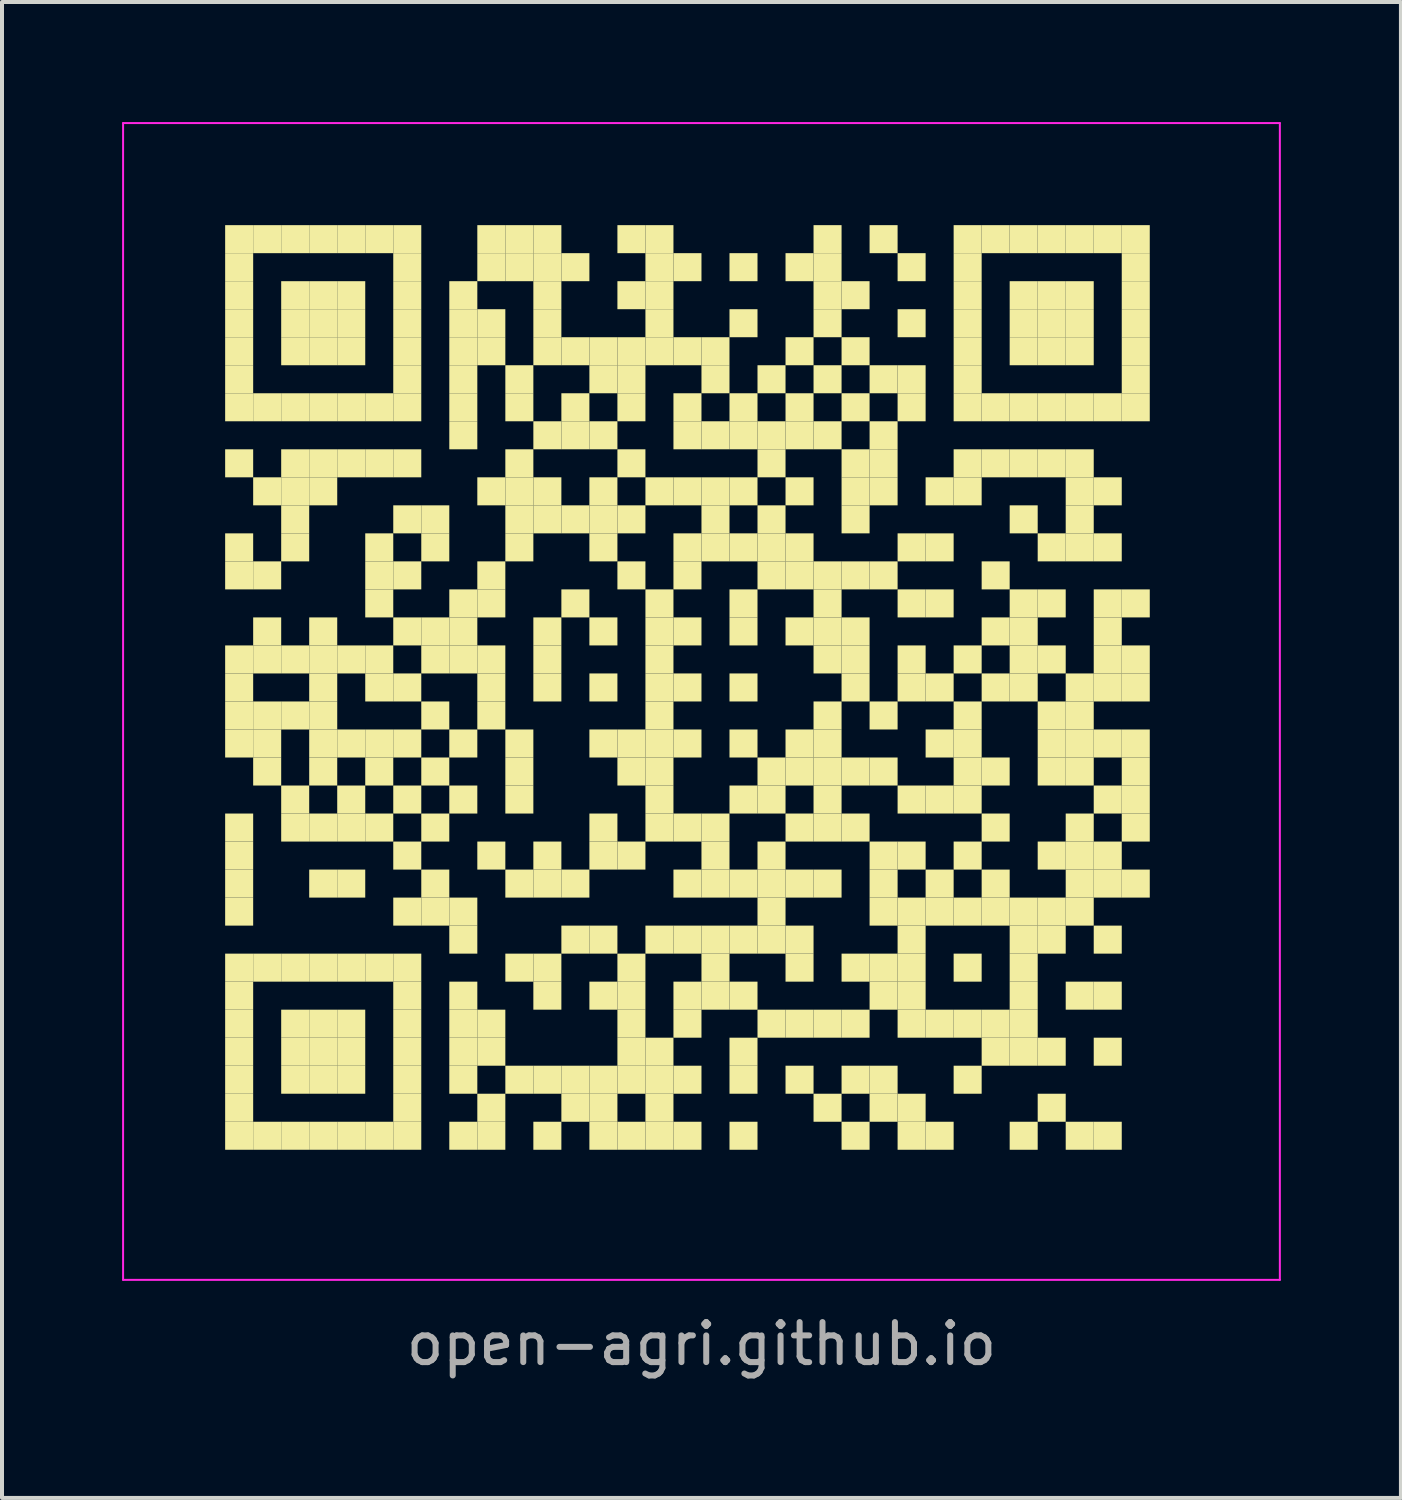
<source format=kicad_pcb>
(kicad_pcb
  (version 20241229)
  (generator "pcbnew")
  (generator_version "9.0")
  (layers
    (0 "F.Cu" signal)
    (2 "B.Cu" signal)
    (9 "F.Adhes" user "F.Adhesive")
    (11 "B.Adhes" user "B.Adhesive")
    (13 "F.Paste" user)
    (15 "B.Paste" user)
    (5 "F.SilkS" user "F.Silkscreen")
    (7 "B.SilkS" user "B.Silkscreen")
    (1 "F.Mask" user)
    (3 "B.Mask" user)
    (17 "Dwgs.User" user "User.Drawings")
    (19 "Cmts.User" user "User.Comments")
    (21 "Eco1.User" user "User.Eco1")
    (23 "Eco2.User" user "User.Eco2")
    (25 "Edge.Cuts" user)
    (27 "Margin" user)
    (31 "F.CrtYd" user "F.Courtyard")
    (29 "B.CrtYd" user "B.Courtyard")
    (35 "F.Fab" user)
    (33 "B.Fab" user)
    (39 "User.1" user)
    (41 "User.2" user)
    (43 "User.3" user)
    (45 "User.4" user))
  (footprint "open-agri.github.io"
    (layer "F.Cu")
    (at 14.475 14.475)
    (property "Reference" "open-agri.github.io" (at 0 16.05 0) (layer "F.Fab") (effects (font (size 1 1) (thickness 0.15))))
    (attr through_hole)
    (fp_poly (pts (xy -11.2 -11.2) (xy -11.2 -11.9) (xy -11.9 -11.9) (xy -11.9 -11.2)) (stroke (width 0) (type solid)) (fill yes) (layer "F.SilkS"))
    (fp_poly (pts (xy -11.2 -10.5) (xy -11.2 -11.2) (xy -11.9 -11.2) (xy -11.9 -10.5)) (stroke (width 0) (type solid)) (fill yes) (layer "F.SilkS"))
    (fp_poly (pts (xy -11.2 -9.8) (xy -11.2 -10.5) (xy -11.9 -10.5) (xy -11.9 -9.8)) (stroke (width 0) (type solid)) (fill yes) (layer "F.SilkS"))
    (fp_poly (pts (xy -11.2 -9.1) (xy -11.2 -9.8) (xy -11.9 -9.8) (xy -11.9 -9.1)) (stroke (width 0) (type solid)) (fill yes) (layer "F.SilkS"))
    (fp_poly (pts (xy -11.2 -8.4) (xy -11.2 -9.1) (xy -11.9 -9.1) (xy -11.9 -8.4)) (stroke (width 0) (type solid)) (fill yes) (layer "F.SilkS"))
    (fp_poly (pts (xy -11.2 -7.7) (xy -11.2 -8.4) (xy -11.9 -8.4) (xy -11.9 -7.7)) (stroke (width 0) (type solid)) (fill yes) (layer "F.SilkS"))
    (fp_poly (pts (xy -11.2 -7) (xy -11.2 -7.7) (xy -11.9 -7.7) (xy -11.9 -7)) (stroke (width 0) (type solid)) (fill yes) (layer "F.SilkS"))
    (fp_poly (pts (xy -11.2 -5.6) (xy -11.2 -6.3) (xy -11.9 -6.3) (xy -11.9 -5.6)) (stroke (width 0) (type solid)) (fill yes) (layer "F.SilkS"))
    (fp_poly (pts (xy -11.2 -3.5) (xy -11.2 -4.2) (xy -11.9 -4.2) (xy -11.9 -3.5)) (stroke (width 0) (type solid)) (fill yes) (layer "F.SilkS"))
    (fp_poly (pts (xy -11.2 -2.8) (xy -11.2 -3.5) (xy -11.9 -3.5) (xy -11.9 -2.8)) (stroke (width 0) (type solid)) (fill yes) (layer "F.SilkS"))
    (fp_poly (pts (xy -11.2 -0.7) (xy -11.2 -1.4) (xy -11.9 -1.4) (xy -11.9 -0.7)) (stroke (width 0) (type solid)) (fill yes) (layer "F.SilkS"))
    (fp_poly (pts (xy -11.2 0) (xy -11.2 -0.7) (xy -11.9 -0.7) (xy -11.9 0)) (stroke (width 0) (type solid)) (fill yes) (layer "F.SilkS"))
    (fp_poly (pts (xy -11.2 0.7) (xy -11.2 0) (xy -11.9 0) (xy -11.9 0.7)) (stroke (width 0) (type solid)) (fill yes) (layer "F.SilkS"))
    (fp_poly (pts (xy -11.2 1.4) (xy -11.2 0.7) (xy -11.9 0.7) (xy -11.9 1.4)) (stroke (width 0) (type solid)) (fill yes) (layer "F.SilkS"))
    (fp_poly (pts (xy -11.2 3.5) (xy -11.2 2.8) (xy -11.9 2.8) (xy -11.9 3.5)) (stroke (width 0) (type solid)) (fill yes) (layer "F.SilkS"))
    (fp_poly (pts (xy -11.2 4.2) (xy -11.2 3.5) (xy -11.9 3.5) (xy -11.9 4.2)) (stroke (width 0) (type solid)) (fill yes) (layer "F.SilkS"))
    (fp_poly (pts (xy -11.2 4.9) (xy -11.2 4.2) (xy -11.9 4.2) (xy -11.9 4.9)) (stroke (width 0) (type solid)) (fill yes) (layer "F.SilkS"))
    (fp_poly (pts (xy -11.2 5.6) (xy -11.2 4.9) (xy -11.9 4.9) (xy -11.9 5.6)) (stroke (width 0) (type solid)) (fill yes) (layer "F.SilkS"))
    (fp_poly (pts (xy -11.2 7) (xy -11.2 6.3) (xy -11.9 6.3) (xy -11.9 7)) (stroke (width 0) (type solid)) (fill yes) (layer "F.SilkS"))
    (fp_poly (pts (xy -11.2 7.7) (xy -11.2 7) (xy -11.9 7) (xy -11.9 7.7)) (stroke (width 0) (type solid)) (fill yes) (layer "F.SilkS"))
    (fp_poly (pts (xy -11.2 8.4) (xy -11.2 7.7) (xy -11.9 7.7) (xy -11.9 8.4)) (stroke (width 0) (type solid)) (fill yes) (layer "F.SilkS"))
    (fp_poly (pts (xy -11.2 9.1) (xy -11.2 8.4) (xy -11.9 8.4) (xy -11.9 9.1)) (stroke (width 0) (type solid)) (fill yes) (layer "F.SilkS"))
    (fp_poly (pts (xy -11.2 9.8) (xy -11.2 9.1) (xy -11.9 9.1) (xy -11.9 9.8)) (stroke (width 0) (type solid)) (fill yes) (layer "F.SilkS"))
    (fp_poly (pts (xy -11.2 10.5) (xy -11.2 9.8) (xy -11.9 9.8) (xy -11.9 10.5)) (stroke (width 0) (type solid)) (fill yes) (layer "F.SilkS"))
    (fp_poly (pts (xy -11.2 11.2) (xy -11.2 10.5) (xy -11.9 10.5) (xy -11.9 11.2)) (stroke (width 0) (type solid)) (fill yes) (layer "F.SilkS"))
    (fp_poly (pts (xy -10.5 -11.2) (xy -10.5 -11.9) (xy -11.2 -11.9) (xy -11.2 -11.2)) (stroke (width 0) (type solid)) (fill yes) (layer "F.SilkS"))
    (fp_poly (pts (xy -10.5 -7) (xy -10.5 -7.7) (xy -11.2 -7.7) (xy -11.2 -7)) (stroke (width 0) (type solid)) (fill yes) (layer "F.SilkS"))
    (fp_poly (pts (xy -10.5 -4.9) (xy -10.5 -5.6) (xy -11.2 -5.6) (xy -11.2 -4.9)) (stroke (width 0) (type solid)) (fill yes) (layer "F.SilkS"))
    (fp_poly (pts (xy -10.5 -2.8) (xy -10.5 -3.5) (xy -11.2 -3.5) (xy -11.2 -2.8)) (stroke (width 0) (type solid)) (fill yes) (layer "F.SilkS"))
    (fp_poly (pts (xy -10.5 -1.4) (xy -10.5 -2.1) (xy -11.2 -2.1) (xy -11.2 -1.4)) (stroke (width 0) (type solid)) (fill yes) (layer "F.SilkS"))
    (fp_poly (pts (xy -10.5 -0.7) (xy -10.5 -1.4) (xy -11.2 -1.4) (xy -11.2 -0.7)) (stroke (width 0) (type solid)) (fill yes) (layer "F.SilkS"))
    (fp_poly (pts (xy -10.5 0.7) (xy -10.5 0) (xy -11.2 0) (xy -11.2 0.7)) (stroke (width 0) (type solid)) (fill yes) (layer "F.SilkS"))
    (fp_poly (pts (xy -10.5 1.4) (xy -10.5 0.7) (xy -11.2 0.7) (xy -11.2 1.4)) (stroke (width 0) (type solid)) (fill yes) (layer "F.SilkS"))
    (fp_poly (pts (xy -10.5 2.1) (xy -10.5 1.4) (xy -11.2 1.4) (xy -11.2 2.1)) (stroke (width 0) (type solid)) (fill yes) (layer "F.SilkS"))
    (fp_poly (pts (xy -10.5 7) (xy -10.5 6.3) (xy -11.2 6.3) (xy -11.2 7)) (stroke (width 0) (type solid)) (fill yes) (layer "F.SilkS"))
    (fp_poly (pts (xy -10.5 11.2) (xy -10.5 10.5) (xy -11.2 10.5) (xy -11.2 11.2)) (stroke (width 0) (type solid)) (fill yes) (layer "F.SilkS"))
    (fp_poly (pts (xy -9.8 -11.2) (xy -9.8 -11.9) (xy -10.5 -11.9) (xy -10.5 -11.2)) (stroke (width 0) (type solid)) (fill yes) (layer "F.SilkS"))
    (fp_poly (pts (xy -9.8 -9.8) (xy -9.8 -10.5) (xy -10.5 -10.5) (xy -10.5 -9.8)) (stroke (width 0) (type solid)) (fill yes) (layer "F.SilkS"))
    (fp_poly (pts (xy -9.8 -9.1) (xy -9.8 -9.8) (xy -10.5 -9.8) (xy -10.5 -9.1)) (stroke (width 0) (type solid)) (fill yes) (layer "F.SilkS"))
    (fp_poly (pts (xy -9.8 -8.4) (xy -9.8 -9.1) (xy -10.5 -9.1) (xy -10.5 -8.4)) (stroke (width 0) (type solid)) (fill yes) (layer "F.SilkS"))
    (fp_poly (pts (xy -9.8 -7) (xy -9.8 -7.7) (xy -10.5 -7.7) (xy -10.5 -7)) (stroke (width 0) (type solid)) (fill yes) (layer "F.SilkS"))
    (fp_poly (pts (xy -9.8 -5.6) (xy -9.8 -6.3) (xy -10.5 -6.3) (xy -10.5 -5.6)) (stroke (width 0) (type solid)) (fill yes) (layer "F.SilkS"))
    (fp_poly (pts (xy -9.8 -4.9) (xy -9.8 -5.6) (xy -10.5 -5.6) (xy -10.5 -4.9)) (stroke (width 0) (type solid)) (fill yes) (layer "F.SilkS"))
    (fp_poly (pts (xy -9.8 -4.2) (xy -9.8 -4.9) (xy -10.5 -4.9) (xy -10.5 -4.2)) (stroke (width 0) (type solid)) (fill yes) (layer "F.SilkS"))
    (fp_poly (pts (xy -9.8 -3.5) (xy -9.8 -4.2) (xy -10.5 -4.2) (xy -10.5 -3.5)) (stroke (width 0) (type solid)) (fill yes) (layer "F.SilkS"))
    (fp_poly (pts (xy -9.8 -0.7) (xy -9.8 -1.4) (xy -10.5 -1.4) (xy -10.5 -0.7)) (stroke (width 0) (type solid)) (fill yes) (layer "F.SilkS"))
    (fp_poly (pts (xy -9.8 0.7) (xy -9.8 0) (xy -10.5 0) (xy -10.5 0.7)) (stroke (width 0) (type solid)) (fill yes) (layer "F.SilkS"))
    (fp_poly (pts (xy -9.8 2.8) (xy -9.8 2.1) (xy -10.5 2.1) (xy -10.5 2.8)) (stroke (width 0) (type solid)) (fill yes) (layer "F.SilkS"))
    (fp_poly (pts (xy -9.8 3.5) (xy -9.8 2.8) (xy -10.5 2.8) (xy -10.5 3.5)) (stroke (width 0) (type solid)) (fill yes) (layer "F.SilkS"))
    (fp_poly (pts (xy -9.8 7) (xy -9.8 6.3) (xy -10.5 6.3) (xy -10.5 7)) (stroke (width 0) (type solid)) (fill yes) (layer "F.SilkS"))
    (fp_poly (pts (xy -9.8 8.4) (xy -9.8 7.7) (xy -10.5 7.7) (xy -10.5 8.4)) (stroke (width 0) (type solid)) (fill yes) (layer "F.SilkS"))
    (fp_poly (pts (xy -9.8 9.1) (xy -9.8 8.4) (xy -10.5 8.4) (xy -10.5 9.1)) (stroke (width 0) (type solid)) (fill yes) (layer "F.SilkS"))
    (fp_poly (pts (xy -9.8 9.8) (xy -9.8 9.1) (xy -10.5 9.1) (xy -10.5 9.8)) (stroke (width 0) (type solid)) (fill yes) (layer "F.SilkS"))
    (fp_poly (pts (xy -9.8 11.2) (xy -9.8 10.5) (xy -10.5 10.5) (xy -10.5 11.2)) (stroke (width 0) (type solid)) (fill yes) (layer "F.SilkS"))
    (fp_poly (pts (xy -9.1 -11.2) (xy -9.1 -11.9) (xy -9.8 -11.9) (xy -9.8 -11.2)) (stroke (width 0) (type solid)) (fill yes) (layer "F.SilkS"))
    (fp_poly (pts (xy -9.1 -9.8) (xy -9.1 -10.5) (xy -9.8 -10.5) (xy -9.8 -9.8)) (stroke (width 0) (type solid)) (fill yes) (layer "F.SilkS"))
    (fp_poly (pts (xy -9.1 -9.1) (xy -9.1 -9.8) (xy -9.8 -9.8) (xy -9.8 -9.1)) (stroke (width 0) (type solid)) (fill yes) (layer "F.SilkS"))
    (fp_poly (pts (xy -9.1 -8.4) (xy -9.1 -9.1) (xy -9.8 -9.1) (xy -9.8 -8.4)) (stroke (width 0) (type solid)) (fill yes) (layer "F.SilkS"))
    (fp_poly (pts (xy -9.1 -7) (xy -9.1 -7.7) (xy -9.8 -7.7) (xy -9.8 -7)) (stroke (width 0) (type solid)) (fill yes) (layer "F.SilkS"))
    (fp_poly (pts (xy -9.1 -5.6) (xy -9.1 -6.3) (xy -9.8 -6.3) (xy -9.8 -5.6)) (stroke (width 0) (type solid)) (fill yes) (layer "F.SilkS"))
    (fp_poly (pts (xy -9.1 -4.9) (xy -9.1 -5.6) (xy -9.8 -5.6) (xy -9.8 -4.9)) (stroke (width 0) (type solid)) (fill yes) (layer "F.SilkS"))
    (fp_poly (pts (xy -9.1 -1.4) (xy -9.1 -2.1) (xy -9.8 -2.1) (xy -9.8 -1.4)) (stroke (width 0) (type solid)) (fill yes) (layer "F.SilkS"))
    (fp_poly (pts (xy -9.1 -0.7) (xy -9.1 -1.4) (xy -9.8 -1.4) (xy -9.8 -0.7)) (stroke (width 0) (type solid)) (fill yes) (layer "F.SilkS"))
    (fp_poly (pts (xy -9.1 0) (xy -9.1 -0.7) (xy -9.8 -0.7) (xy -9.8 0)) (stroke (width 0) (type solid)) (fill yes) (layer "F.SilkS"))
    (fp_poly (pts (xy -9.1 0.7) (xy -9.1 0) (xy -9.8 0) (xy -9.8 0.7)) (stroke (width 0) (type solid)) (fill yes) (layer "F.SilkS"))
    (fp_poly (pts (xy -9.1 1.4) (xy -9.1 0.7) (xy -9.8 0.7) (xy -9.8 1.4)) (stroke (width 0) (type solid)) (fill yes) (layer "F.SilkS"))
    (fp_poly (pts (xy -9.1 2.1) (xy -9.1 1.4) (xy -9.8 1.4) (xy -9.8 2.1)) (stroke (width 0) (type solid)) (fill yes) (layer "F.SilkS"))
    (fp_poly (pts (xy -9.1 3.5) (xy -9.1 2.8) (xy -9.8 2.8) (xy -9.8 3.5)) (stroke (width 0) (type solid)) (fill yes) (layer "F.SilkS"))
    (fp_poly (pts (xy -9.1 4.9) (xy -9.1 4.2) (xy -9.8 4.2) (xy -9.8 4.9)) (stroke (width 0) (type solid)) (fill yes) (layer "F.SilkS"))
    (fp_poly (pts (xy -9.1 7) (xy -9.1 6.3) (xy -9.8 6.3) (xy -9.8 7)) (stroke (width 0) (type solid)) (fill yes) (layer "F.SilkS"))
    (fp_poly (pts (xy -9.1 8.4) (xy -9.1 7.7) (xy -9.8 7.7) (xy -9.8 8.4)) (stroke (width 0) (type solid)) (fill yes) (layer "F.SilkS"))
    (fp_poly (pts (xy -9.1 9.1) (xy -9.1 8.4) (xy -9.8 8.4) (xy -9.8 9.1)) (stroke (width 0) (type solid)) (fill yes) (layer "F.SilkS"))
    (fp_poly (pts (xy -9.1 9.8) (xy -9.1 9.1) (xy -9.8 9.1) (xy -9.8 9.8)) (stroke (width 0) (type solid)) (fill yes) (layer "F.SilkS"))
    (fp_poly (pts (xy -9.1 11.2) (xy -9.1 10.5) (xy -9.8 10.5) (xy -9.8 11.2)) (stroke (width 0) (type solid)) (fill yes) (layer "F.SilkS"))
    (fp_poly (pts (xy -8.4 -11.2) (xy -8.4 -11.9) (xy -9.1 -11.9) (xy -9.1 -11.2)) (stroke (width 0) (type solid)) (fill yes) (layer "F.SilkS"))
    (fp_poly (pts (xy -8.4 -9.8) (xy -8.4 -10.5) (xy -9.1 -10.5) (xy -9.1 -9.8)) (stroke (width 0) (type solid)) (fill yes) (layer "F.SilkS"))
    (fp_poly (pts (xy -8.4 -9.1) (xy -8.4 -9.8) (xy -9.1 -9.8) (xy -9.1 -9.1)) (stroke (width 0) (type solid)) (fill yes) (layer "F.SilkS"))
    (fp_poly (pts (xy -8.4 -8.4) (xy -8.4 -9.1) (xy -9.1 -9.1) (xy -9.1 -8.4)) (stroke (width 0) (type solid)) (fill yes) (layer "F.SilkS"))
    (fp_poly (pts (xy -8.4 -7) (xy -8.4 -7.7) (xy -9.1 -7.7) (xy -9.1 -7)) (stroke (width 0) (type solid)) (fill yes) (layer "F.SilkS"))
    (fp_poly (pts (xy -8.4 -5.6) (xy -8.4 -6.3) (xy -9.1 -6.3) (xy -9.1 -5.6)) (stroke (width 0) (type solid)) (fill yes) (layer "F.SilkS"))
    (fp_poly (pts (xy -8.4 -0.7) (xy -8.4 -1.4) (xy -9.1 -1.4) (xy -9.1 -0.7)) (stroke (width 0) (type solid)) (fill yes) (layer "F.SilkS"))
    (fp_poly (pts (xy -8.4 1.4) (xy -8.4 0.7) (xy -9.1 0.7) (xy -9.1 1.4)) (stroke (width 0) (type solid)) (fill yes) (layer "F.SilkS"))
    (fp_poly (pts (xy -8.4 2.8) (xy -8.4 2.1) (xy -9.1 2.1) (xy -9.1 2.8)) (stroke (width 0) (type solid)) (fill yes) (layer "F.SilkS"))
    (fp_poly (pts (xy -8.4 3.5) (xy -8.4 2.8) (xy -9.1 2.8) (xy -9.1 3.5)) (stroke (width 0) (type solid)) (fill yes) (layer "F.SilkS"))
    (fp_poly (pts (xy -8.4 4.9) (xy -8.4 4.2) (xy -9.1 4.2) (xy -9.1 4.9)) (stroke (width 0) (type solid)) (fill yes) (layer "F.SilkS"))
    (fp_poly (pts (xy -8.4 7) (xy -8.4 6.3) (xy -9.1 6.3) (xy -9.1 7)) (stroke (width 0) (type solid)) (fill yes) (layer "F.SilkS"))
    (fp_poly (pts (xy -8.4 8.4) (xy -8.4 7.7) (xy -9.1 7.7) (xy -9.1 8.4)) (stroke (width 0) (type solid)) (fill yes) (layer "F.SilkS"))
    (fp_poly (pts (xy -8.4 9.1) (xy -8.4 8.4) (xy -9.1 8.4) (xy -9.1 9.1)) (stroke (width 0) (type solid)) (fill yes) (layer "F.SilkS"))
    (fp_poly (pts (xy -8.4 9.8) (xy -8.4 9.1) (xy -9.1 9.1) (xy -9.1 9.8)) (stroke (width 0) (type solid)) (fill yes) (layer "F.SilkS"))
    (fp_poly (pts (xy -8.4 11.2) (xy -8.4 10.5) (xy -9.1 10.5) (xy -9.1 11.2)) (stroke (width 0) (type solid)) (fill yes) (layer "F.SilkS"))
    (fp_poly (pts (xy -7.7 -11.2) (xy -7.7 -11.9) (xy -8.4 -11.9) (xy -8.4 -11.2)) (stroke (width 0) (type solid)) (fill yes) (layer "F.SilkS"))
    (fp_poly (pts (xy -7.7 -7) (xy -7.7 -7.7) (xy -8.4 -7.7) (xy -8.4 -7)) (stroke (width 0) (type solid)) (fill yes) (layer "F.SilkS"))
    (fp_poly (pts (xy -7.7 -5.6) (xy -7.7 -6.3) (xy -8.4 -6.3) (xy -8.4 -5.6)) (stroke (width 0) (type solid)) (fill yes) (layer "F.SilkS"))
    (fp_poly (pts (xy -7.7 -3.5) (xy -7.7 -4.2) (xy -8.4 -4.2) (xy -8.4 -3.5)) (stroke (width 0) (type solid)) (fill yes) (layer "F.SilkS"))
    (fp_poly (pts (xy -7.7 -2.8) (xy -7.7 -3.5) (xy -8.4 -3.5) (xy -8.4 -2.8)) (stroke (width 0) (type solid)) (fill yes) (layer "F.SilkS"))
    (fp_poly (pts (xy -7.7 -2.1) (xy -7.7 -2.8) (xy -8.4 -2.8) (xy -8.4 -2.1)) (stroke (width 0) (type solid)) (fill yes) (layer "F.SilkS"))
    (fp_poly (pts (xy -7.7 -0.7) (xy -7.7 -1.4) (xy -8.4 -1.4) (xy -8.4 -0.7)) (stroke (width 0) (type solid)) (fill yes) (layer "F.SilkS"))
    (fp_poly (pts (xy -7.7 0) (xy -7.7 -0.7) (xy -8.4 -0.7) (xy -8.4 0)) (stroke (width 0) (type solid)) (fill yes) (layer "F.SilkS"))
    (fp_poly (pts (xy -7.7 1.4) (xy -7.7 0.7) (xy -8.4 0.7) (xy -8.4 1.4)) (stroke (width 0) (type solid)) (fill yes) (layer "F.SilkS"))
    (fp_poly (pts (xy -7.7 2.1) (xy -7.7 1.4) (xy -8.4 1.4) (xy -8.4 2.1)) (stroke (width 0) (type solid)) (fill yes) (layer "F.SilkS"))
    (fp_poly (pts (xy -7.7 3.5) (xy -7.7 2.8) (xy -8.4 2.8) (xy -8.4 3.5)) (stroke (width 0) (type solid)) (fill yes) (layer "F.SilkS"))
    (fp_poly (pts (xy -7.7 7) (xy -7.7 6.3) (xy -8.4 6.3) (xy -8.4 7)) (stroke (width 0) (type solid)) (fill yes) (layer "F.SilkS"))
    (fp_poly (pts (xy -7.7 11.2) (xy -7.7 10.5) (xy -8.4 10.5) (xy -8.4 11.2)) (stroke (width 0) (type solid)) (fill yes) (layer "F.SilkS"))
    (fp_poly (pts (xy -7 -11.2) (xy -7 -11.9) (xy -7.7 -11.9) (xy -7.7 -11.2)) (stroke (width 0) (type solid)) (fill yes) (layer "F.SilkS"))
    (fp_poly (pts (xy -7 -10.5) (xy -7 -11.2) (xy -7.7 -11.2) (xy -7.7 -10.5)) (stroke (width 0) (type solid)) (fill yes) (layer "F.SilkS"))
    (fp_poly (pts (xy -7 -9.8) (xy -7 -10.5) (xy -7.7 -10.5) (xy -7.7 -9.8)) (stroke (width 0) (type solid)) (fill yes) (layer "F.SilkS"))
    (fp_poly (pts (xy -7 -9.1) (xy -7 -9.8) (xy -7.7 -9.8) (xy -7.7 -9.1)) (stroke (width 0) (type solid)) (fill yes) (layer "F.SilkS"))
    (fp_poly (pts (xy -7 -8.4) (xy -7 -9.1) (xy -7.7 -9.1) (xy -7.7 -8.4)) (stroke (width 0) (type solid)) (fill yes) (layer "F.SilkS"))
    (fp_poly (pts (xy -7 -7.7) (xy -7 -8.4) (xy -7.7 -8.4) (xy -7.7 -7.7)) (stroke (width 0) (type solid)) (fill yes) (layer "F.SilkS"))
    (fp_poly (pts (xy -7 -7) (xy -7 -7.7) (xy -7.7 -7.7) (xy -7.7 -7)) (stroke (width 0) (type solid)) (fill yes) (layer "F.SilkS"))
    (fp_poly (pts (xy -7 -5.6) (xy -7 -6.3) (xy -7.7 -6.3) (xy -7.7 -5.6)) (stroke (width 0) (type solid)) (fill yes) (layer "F.SilkS"))
    (fp_poly (pts (xy -7 -4.2) (xy -7 -4.9) (xy -7.7 -4.9) (xy -7.7 -4.2)) (stroke (width 0) (type solid)) (fill yes) (layer "F.SilkS"))
    (fp_poly (pts (xy -7 -2.8) (xy -7 -3.5) (xy -7.7 -3.5) (xy -7.7 -2.8)) (stroke (width 0) (type solid)) (fill yes) (layer "F.SilkS"))
    (fp_poly (pts (xy -7 -1.4) (xy -7 -2.1) (xy -7.7 -2.1) (xy -7.7 -1.4)) (stroke (width 0) (type solid)) (fill yes) (layer "F.SilkS"))
    (fp_poly (pts (xy -7 0) (xy -7 -0.7) (xy -7.7 -0.7) (xy -7.7 0)) (stroke (width 0) (type solid)) (fill yes) (layer "F.SilkS"))
    (fp_poly (pts (xy -7 1.4) (xy -7 0.7) (xy -7.7 0.7) (xy -7.7 1.4)) (stroke (width 0) (type solid)) (fill yes) (layer "F.SilkS"))
    (fp_poly (pts (xy -7 2.8) (xy -7 2.1) (xy -7.7 2.1) (xy -7.7 2.8)) (stroke (width 0) (type solid)) (fill yes) (layer "F.SilkS"))
    (fp_poly (pts (xy -7 4.2) (xy -7 3.5) (xy -7.7 3.5) (xy -7.7 4.2)) (stroke (width 0) (type solid)) (fill yes) (layer "F.SilkS"))
    (fp_poly (pts (xy -7 5.6) (xy -7 4.9) (xy -7.7 4.9) (xy -7.7 5.6)) (stroke (width 0) (type solid)) (fill yes) (layer "F.SilkS"))
    (fp_poly (pts (xy -7 7) (xy -7 6.3) (xy -7.7 6.3) (xy -7.7 7)) (stroke (width 0) (type solid)) (fill yes) (layer "F.SilkS"))
    (fp_poly (pts (xy -7 7.7) (xy -7 7) (xy -7.7 7) (xy -7.7 7.7)) (stroke (width 0) (type solid)) (fill yes) (layer "F.SilkS"))
    (fp_poly (pts (xy -7 8.4) (xy -7 7.7) (xy -7.7 7.7) (xy -7.7 8.4)) (stroke (width 0) (type solid)) (fill yes) (layer "F.SilkS"))
    (fp_poly (pts (xy -7 9.1) (xy -7 8.4) (xy -7.7 8.4) (xy -7.7 9.1)) (stroke (width 0) (type solid)) (fill yes) (layer "F.SilkS"))
    (fp_poly (pts (xy -7 9.8) (xy -7 9.1) (xy -7.7 9.1) (xy -7.7 9.8)) (stroke (width 0) (type solid)) (fill yes) (layer "F.SilkS"))
    (fp_poly (pts (xy -7 10.5) (xy -7 9.8) (xy -7.7 9.8) (xy -7.7 10.5)) (stroke (width 0) (type solid)) (fill yes) (layer "F.SilkS"))
    (fp_poly (pts (xy -7 11.2) (xy -7 10.5) (xy -7.7 10.5) (xy -7.7 11.2)) (stroke (width 0) (type solid)) (fill yes) (layer "F.SilkS"))
    (fp_poly (pts (xy -6.3 -4.2) (xy -6.3 -4.9) (xy -7 -4.9) (xy -7 -4.2)) (stroke (width 0) (type solid)) (fill yes) (layer "F.SilkS"))
    (fp_poly (pts (xy -6.3 -3.5) (xy -6.3 -4.2) (xy -7 -4.2) (xy -7 -3.5)) (stroke (width 0) (type solid)) (fill yes) (layer "F.SilkS"))
    (fp_poly (pts (xy -6.3 -1.4) (xy -6.3 -2.1) (xy -7 -2.1) (xy -7 -1.4)) (stroke (width 0) (type solid)) (fill yes) (layer "F.SilkS"))
    (fp_poly (pts (xy -6.3 -0.7) (xy -6.3 -1.4) (xy -7 -1.4) (xy -7 -0.7)) (stroke (width 0) (type solid)) (fill yes) (layer "F.SilkS"))
    (fp_poly (pts (xy -6.3 0.7) (xy -6.3 0) (xy -7 0) (xy -7 0.7)) (stroke (width 0) (type solid)) (fill yes) (layer "F.SilkS"))
    (fp_poly (pts (xy -6.3 2.1) (xy -6.3 1.4) (xy -7 1.4) (xy -7 2.1)) (stroke (width 0) (type solid)) (fill yes) (layer "F.SilkS"))
    (fp_poly (pts (xy -6.3 3.5) (xy -6.3 2.8) (xy -7 2.8) (xy -7 3.5)) (stroke (width 0) (type solid)) (fill yes) (layer "F.SilkS"))
    (fp_poly (pts (xy -6.3 4.9) (xy -6.3 4.2) (xy -7 4.2) (xy -7 4.9)) (stroke (width 0) (type solid)) (fill yes) (layer "F.SilkS"))
    (fp_poly (pts (xy -6.3 5.6) (xy -6.3 4.9) (xy -7 4.9) (xy -7 5.6)) (stroke (width 0) (type solid)) (fill yes) (layer "F.SilkS"))
    (fp_poly (pts (xy -5.6 -9.8) (xy -5.6 -10.5) (xy -6.3 -10.5) (xy -6.3 -9.8)) (stroke (width 0) (type solid)) (fill yes) (layer "F.SilkS"))
    (fp_poly (pts (xy -5.6 -9.1) (xy -5.6 -9.8) (xy -6.3 -9.8) (xy -6.3 -9.1)) (stroke (width 0) (type solid)) (fill yes) (layer "F.SilkS"))
    (fp_poly (pts (xy -5.6 -8.4) (xy -5.6 -9.1) (xy -6.3 -9.1) (xy -6.3 -8.4)) (stroke (width 0) (type solid)) (fill yes) (layer "F.SilkS"))
    (fp_poly (pts (xy -5.6 -7.7) (xy -5.6 -8.4) (xy -6.3 -8.4) (xy -6.3 -7.7)) (stroke (width 0) (type solid)) (fill yes) (layer "F.SilkS"))
    (fp_poly (pts (xy -5.6 -7) (xy -5.6 -7.7) (xy -6.3 -7.7) (xy -6.3 -7)) (stroke (width 0) (type solid)) (fill yes) (layer "F.SilkS"))
    (fp_poly (pts (xy -5.6 -6.3) (xy -5.6 -7) (xy -6.3 -7) (xy -6.3 -6.3)) (stroke (width 0) (type solid)) (fill yes) (layer "F.SilkS"))
    (fp_poly (pts (xy -5.6 -2.1) (xy -5.6 -2.8) (xy -6.3 -2.8) (xy -6.3 -2.1)) (stroke (width 0) (type solid)) (fill yes) (layer "F.SilkS"))
    (fp_poly (pts (xy -5.6 -1.4) (xy -5.6 -2.1) (xy -6.3 -2.1) (xy -6.3 -1.4)) (stroke (width 0) (type solid)) (fill yes) (layer "F.SilkS"))
    (fp_poly (pts (xy -5.6 -0.7) (xy -5.6 -1.4) (xy -6.3 -1.4) (xy -6.3 -0.7)) (stroke (width 0) (type solid)) (fill yes) (layer "F.SilkS"))
    (fp_poly (pts (xy -5.6 1.4) (xy -5.6 0.7) (xy -6.3 0.7) (xy -6.3 1.4)) (stroke (width 0) (type solid)) (fill yes) (layer "F.SilkS"))
    (fp_poly (pts (xy -5.6 2.8) (xy -5.6 2.1) (xy -6.3 2.1) (xy -6.3 2.8)) (stroke (width 0) (type solid)) (fill yes) (layer "F.SilkS"))
    (fp_poly (pts (xy -5.6 5.6) (xy -5.6 4.9) (xy -6.3 4.9) (xy -6.3 5.6)) (stroke (width 0) (type solid)) (fill yes) (layer "F.SilkS"))
    (fp_poly (pts (xy -5.6 6.3) (xy -5.6 5.6) (xy -6.3 5.6) (xy -6.3 6.3)) (stroke (width 0) (type solid)) (fill yes) (layer "F.SilkS"))
    (fp_poly (pts (xy -5.6 7.7) (xy -5.6 7) (xy -6.3 7) (xy -6.3 7.7)) (stroke (width 0) (type solid)) (fill yes) (layer "F.SilkS"))
    (fp_poly (pts (xy -5.6 8.4) (xy -5.6 7.7) (xy -6.3 7.7) (xy -6.3 8.4)) (stroke (width 0) (type solid)) (fill yes) (layer "F.SilkS"))
    (fp_poly (pts (xy -5.6 9.1) (xy -5.6 8.4) (xy -6.3 8.4) (xy -6.3 9.1)) (stroke (width 0) (type solid)) (fill yes) (layer "F.SilkS"))
    (fp_poly (pts (xy -5.6 9.8) (xy -5.6 9.1) (xy -6.3 9.1) (xy -6.3 9.8)) (stroke (width 0) (type solid)) (fill yes) (layer "F.SilkS"))
    (fp_poly (pts (xy -5.6 11.2) (xy -5.6 10.5) (xy -6.3 10.5) (xy -6.3 11.2)) (stroke (width 0) (type solid)) (fill yes) (layer "F.SilkS"))
    (fp_poly (pts (xy -4.9 -11.2) (xy -4.9 -11.9) (xy -5.6 -11.9) (xy -5.6 -11.2)) (stroke (width 0) (type solid)) (fill yes) (layer "F.SilkS"))
    (fp_poly (pts (xy -4.9 -10.5) (xy -4.9 -11.2) (xy -5.6 -11.2) (xy -5.6 -10.5)) (stroke (width 0) (type solid)) (fill yes) (layer "F.SilkS"))
    (fp_poly (pts (xy -4.9 -9.1) (xy -4.9 -9.8) (xy -5.6 -9.8) (xy -5.6 -9.1)) (stroke (width 0) (type solid)) (fill yes) (layer "F.SilkS"))
    (fp_poly (pts (xy -4.9 -8.4) (xy -4.9 -9.1) (xy -5.6 -9.1) (xy -5.6 -8.4)) (stroke (width 0) (type solid)) (fill yes) (layer "F.SilkS"))
    (fp_poly (pts (xy -4.9 -4.9) (xy -4.9 -5.6) (xy -5.6 -5.6) (xy -5.6 -4.9)) (stroke (width 0) (type solid)) (fill yes) (layer "F.SilkS"))
    (fp_poly (pts (xy -4.9 -2.8) (xy -4.9 -3.5) (xy -5.6 -3.5) (xy -5.6 -2.8)) (stroke (width 0) (type solid)) (fill yes) (layer "F.SilkS"))
    (fp_poly (pts (xy -4.9 -2.1) (xy -4.9 -2.8) (xy -5.6 -2.8) (xy -5.6 -2.1)) (stroke (width 0) (type solid)) (fill yes) (layer "F.SilkS"))
    (fp_poly (pts (xy -4.9 -0.7) (xy -4.9 -1.4) (xy -5.6 -1.4) (xy -5.6 -0.7)) (stroke (width 0) (type solid)) (fill yes) (layer "F.SilkS"))
    (fp_poly (pts (xy -4.9 0) (xy -4.9 -0.7) (xy -5.6 -0.7) (xy -5.6 0)) (stroke (width 0) (type solid)) (fill yes) (layer "F.SilkS"))
    (fp_poly (pts (xy -4.9 0.7) (xy -4.9 0) (xy -5.6 0) (xy -5.6 0.7)) (stroke (width 0) (type solid)) (fill yes) (layer "F.SilkS"))
    (fp_poly (pts (xy -4.9 4.2) (xy -4.9 3.5) (xy -5.6 3.5) (xy -5.6 4.2)) (stroke (width 0) (type solid)) (fill yes) (layer "F.SilkS"))
    (fp_poly (pts (xy -4.9 8.4) (xy -4.9 7.7) (xy -5.6 7.7) (xy -5.6 8.4)) (stroke (width 0) (type solid)) (fill yes) (layer "F.SilkS"))
    (fp_poly (pts (xy -4.9 9.1) (xy -4.9 8.4) (xy -5.6 8.4) (xy -5.6 9.1)) (stroke (width 0) (type solid)) (fill yes) (layer "F.SilkS"))
    (fp_poly (pts (xy -4.9 10.5) (xy -4.9 9.8) (xy -5.6 9.8) (xy -5.6 10.5)) (stroke (width 0) (type solid)) (fill yes) (layer "F.SilkS"))
    (fp_poly (pts (xy -4.9 11.2) (xy -4.9 10.5) (xy -5.6 10.5) (xy -5.6 11.2)) (stroke (width 0) (type solid)) (fill yes) (layer "F.SilkS"))
    (fp_poly (pts (xy -4.2 -11.2) (xy -4.2 -11.9) (xy -4.9 -11.9) (xy -4.9 -11.2)) (stroke (width 0) (type solid)) (fill yes) (layer "F.SilkS"))
    (fp_poly (pts (xy -4.2 -10.5) (xy -4.2 -11.2) (xy -4.9 -11.2) (xy -4.9 -10.5)) (stroke (width 0) (type solid)) (fill yes) (layer "F.SilkS"))
    (fp_poly (pts (xy -4.2 -7.7) (xy -4.2 -8.4) (xy -4.9 -8.4) (xy -4.9 -7.7)) (stroke (width 0) (type solid)) (fill yes) (layer "F.SilkS"))
    (fp_poly (pts (xy -4.2 -7) (xy -4.2 -7.7) (xy -4.9 -7.7) (xy -4.9 -7)) (stroke (width 0) (type solid)) (fill yes) (layer "F.SilkS"))
    (fp_poly (pts (xy -4.2 -5.6) (xy -4.2 -6.3) (xy -4.9 -6.3) (xy -4.9 -5.6)) (stroke (width 0) (type solid)) (fill yes) (layer "F.SilkS"))
    (fp_poly (pts (xy -4.2 -4.9) (xy -4.2 -5.6) (xy -4.9 -5.6) (xy -4.9 -4.9)) (stroke (width 0) (type solid)) (fill yes) (layer "F.SilkS"))
    (fp_poly (pts (xy -4.2 -4.2) (xy -4.2 -4.9) (xy -4.9 -4.9) (xy -4.9 -4.2)) (stroke (width 0) (type solid)) (fill yes) (layer "F.SilkS"))
    (fp_poly (pts (xy -4.2 -3.5) (xy -4.2 -4.2) (xy -4.9 -4.2) (xy -4.9 -3.5)) (stroke (width 0) (type solid)) (fill yes) (layer "F.SilkS"))
    (fp_poly (pts (xy -4.2 1.4) (xy -4.2 0.7) (xy -4.9 0.7) (xy -4.9 1.4)) (stroke (width 0) (type solid)) (fill yes) (layer "F.SilkS"))
    (fp_poly (pts (xy -4.2 2.1) (xy -4.2 1.4) (xy -4.9 1.4) (xy -4.9 2.1)) (stroke (width 0) (type solid)) (fill yes) (layer "F.SilkS"))
    (fp_poly (pts (xy -4.2 2.8) (xy -4.2 2.1) (xy -4.9 2.1) (xy -4.9 2.8)) (stroke (width 0) (type solid)) (fill yes) (layer "F.SilkS"))
    (fp_poly (pts (xy -4.2 4.9) (xy -4.2 4.2) (xy -4.9 4.2) (xy -4.9 4.9)) (stroke (width 0) (type solid)) (fill yes) (layer "F.SilkS"))
    (fp_poly (pts (xy -4.2 7) (xy -4.2 6.3) (xy -4.9 6.3) (xy -4.9 7)) (stroke (width 0) (type solid)) (fill yes) (layer "F.SilkS"))
    (fp_poly (pts (xy -4.2 9.8) (xy -4.2 9.1) (xy -4.9 9.1) (xy -4.9 9.8)) (stroke (width 0) (type solid)) (fill yes) (layer "F.SilkS"))
    (fp_poly (pts (xy -3.5 -11.2) (xy -3.5 -11.9) (xy -4.2 -11.9) (xy -4.2 -11.2)) (stroke (width 0) (type solid)) (fill yes) (layer "F.SilkS"))
    (fp_poly (pts (xy -3.5 -10.5) (xy -3.5 -11.2) (xy -4.2 -11.2) (xy -4.2 -10.5)) (stroke (width 0) (type solid)) (fill yes) (layer "F.SilkS"))
    (fp_poly (pts (xy -3.5 -9.8) (xy -3.5 -10.5) (xy -4.2 -10.5) (xy -4.2 -9.8)) (stroke (width 0) (type solid)) (fill yes) (layer "F.SilkS"))
    (fp_poly (pts (xy -3.5 -9.1) (xy -3.5 -9.8) (xy -4.2 -9.8) (xy -4.2 -9.1)) (stroke (width 0) (type solid)) (fill yes) (layer "F.SilkS"))
    (fp_poly (pts (xy -3.5 -8.4) (xy -3.5 -9.1) (xy -4.2 -9.1) (xy -4.2 -8.4)) (stroke (width 0) (type solid)) (fill yes) (layer "F.SilkS"))
    (fp_poly (pts (xy -3.5 -6.3) (xy -3.5 -7) (xy -4.2 -7) (xy -4.2 -6.3)) (stroke (width 0) (type solid)) (fill yes) (layer "F.SilkS"))
    (fp_poly (pts (xy -3.5 -4.9) (xy -3.5 -5.6) (xy -4.2 -5.6) (xy -4.2 -4.9)) (stroke (width 0) (type solid)) (fill yes) (layer "F.SilkS"))
    (fp_poly (pts (xy -3.5 -4.2) (xy -3.5 -4.9) (xy -4.2 -4.9) (xy -4.2 -4.2)) (stroke (width 0) (type solid)) (fill yes) (layer "F.SilkS"))
    (fp_poly (pts (xy -3.5 -1.4) (xy -3.5 -2.1) (xy -4.2 -2.1) (xy -4.2 -1.4)) (stroke (width 0) (type solid)) (fill yes) (layer "F.SilkS"))
    (fp_poly (pts (xy -3.5 -0.7) (xy -3.5 -1.4) (xy -4.2 -1.4) (xy -4.2 -0.7)) (stroke (width 0) (type solid)) (fill yes) (layer "F.SilkS"))
    (fp_poly (pts (xy -3.5 0) (xy -3.5 -0.7) (xy -4.2 -0.7) (xy -4.2 0)) (stroke (width 0) (type solid)) (fill yes) (layer "F.SilkS"))
    (fp_poly (pts (xy -3.5 4.2) (xy -3.5 3.5) (xy -4.2 3.5) (xy -4.2 4.2)) (stroke (width 0) (type solid)) (fill yes) (layer "F.SilkS"))
    (fp_poly (pts (xy -3.5 4.9) (xy -3.5 4.2) (xy -4.2 4.2) (xy -4.2 4.9)) (stroke (width 0) (type solid)) (fill yes) (layer "F.SilkS"))
    (fp_poly (pts (xy -3.5 7) (xy -3.5 6.3) (xy -4.2 6.3) (xy -4.2 7)) (stroke (width 0) (type solid)) (fill yes) (layer "F.SilkS"))
    (fp_poly (pts (xy -3.5 7.7) (xy -3.5 7) (xy -4.2 7) (xy -4.2 7.7)) (stroke (width 0) (type solid)) (fill yes) (layer "F.SilkS"))
    (fp_poly (pts (xy -3.5 9.8) (xy -3.5 9.1) (xy -4.2 9.1) (xy -4.2 9.8)) (stroke (width 0) (type solid)) (fill yes) (layer "F.SilkS"))
    (fp_poly (pts (xy -3.5 11.2) (xy -3.5 10.5) (xy -4.2 10.5) (xy -4.2 11.2)) (stroke (width 0) (type solid)) (fill yes) (layer "F.SilkS"))
    (fp_poly (pts (xy -2.8 -10.5) (xy -2.8 -11.2) (xy -3.5 -11.2) (xy -3.5 -10.5)) (stroke (width 0) (type solid)) (fill yes) (layer "F.SilkS"))
    (fp_poly (pts (xy -2.8 -8.4) (xy -2.8 -9.1) (xy -3.5 -9.1) (xy -3.5 -8.4)) (stroke (width 0) (type solid)) (fill yes) (layer "F.SilkS"))
    (fp_poly (pts (xy -2.8 -7) (xy -2.8 -7.7) (xy -3.5 -7.7) (xy -3.5 -7)) (stroke (width 0) (type solid)) (fill yes) (layer "F.SilkS"))
    (fp_poly (pts (xy -2.8 -6.3) (xy -2.8 -7) (xy -3.5 -7) (xy -3.5 -6.3)) (stroke (width 0) (type solid)) (fill yes) (layer "F.SilkS"))
    (fp_poly (pts (xy -2.8 -4.2) (xy -2.8 -4.9) (xy -3.5 -4.9) (xy -3.5 -4.2)) (stroke (width 0) (type solid)) (fill yes) (layer "F.SilkS"))
    (fp_poly (pts (xy -2.8 -2.1) (xy -2.8 -2.8) (xy -3.5 -2.8) (xy -3.5 -2.1)) (stroke (width 0) (type solid)) (fill yes) (layer "F.SilkS"))
    (fp_poly (pts (xy -2.8 4.9) (xy -2.8 4.2) (xy -3.5 4.2) (xy -3.5 4.9)) (stroke (width 0) (type solid)) (fill yes) (layer "F.SilkS"))
    (fp_poly (pts (xy -2.8 6.3) (xy -2.8 5.6) (xy -3.5 5.6) (xy -3.5 6.3)) (stroke (width 0) (type solid)) (fill yes) (layer "F.SilkS"))
    (fp_poly (pts (xy -2.8 9.8) (xy -2.8 9.1) (xy -3.5 9.1) (xy -3.5 9.8)) (stroke (width 0) (type solid)) (fill yes) (layer "F.SilkS"))
    (fp_poly (pts (xy -2.8 10.5) (xy -2.8 9.8) (xy -3.5 9.8) (xy -3.5 10.5)) (stroke (width 0) (type solid)) (fill yes) (layer "F.SilkS"))
    (fp_poly (pts (xy -2.1 -8.4) (xy -2.1 -9.1) (xy -2.8 -9.1) (xy -2.8 -8.4)) (stroke (width 0) (type solid)) (fill yes) (layer "F.SilkS"))
    (fp_poly (pts (xy -2.1 -7.7) (xy -2.1 -8.4) (xy -2.8 -8.4) (xy -2.8 -7.7)) (stroke (width 0) (type solid)) (fill yes) (layer "F.SilkS"))
    (fp_poly (pts (xy -2.1 -6.3) (xy -2.1 -7) (xy -2.8 -7) (xy -2.8 -6.3)) (stroke (width 0) (type solid)) (fill yes) (layer "F.SilkS"))
    (fp_poly (pts (xy -2.1 -4.9) (xy -2.1 -5.6) (xy -2.8 -5.6) (xy -2.8 -4.9)) (stroke (width 0) (type solid)) (fill yes) (layer "F.SilkS"))
    (fp_poly (pts (xy -2.1 -4.2) (xy -2.1 -4.9) (xy -2.8 -4.9) (xy -2.8 -4.2)) (stroke (width 0) (type solid)) (fill yes) (layer "F.SilkS"))
    (fp_poly (pts (xy -2.1 -3.5) (xy -2.1 -4.2) (xy -2.8 -4.2) (xy -2.8 -3.5)) (stroke (width 0) (type solid)) (fill yes) (layer "F.SilkS"))
    (fp_poly (pts (xy -2.1 -1.4) (xy -2.1 -2.1) (xy -2.8 -2.1) (xy -2.8 -1.4)) (stroke (width 0) (type solid)) (fill yes) (layer "F.SilkS"))
    (fp_poly (pts (xy -2.1 0) (xy -2.1 -0.7) (xy -2.8 -0.7) (xy -2.8 0)) (stroke (width 0) (type solid)) (fill yes) (layer "F.SilkS"))
    (fp_poly (pts (xy -2.1 1.4) (xy -2.1 0.7) (xy -2.8 0.7) (xy -2.8 1.4)) (stroke (width 0) (type solid)) (fill yes) (layer "F.SilkS"))
    (fp_poly (pts (xy -2.1 3.5) (xy -2.1 2.8) (xy -2.8 2.8) (xy -2.8 3.5)) (stroke (width 0) (type solid)) (fill yes) (layer "F.SilkS"))
    (fp_poly (pts (xy -2.1 4.2) (xy -2.1 3.5) (xy -2.8 3.5) (xy -2.8 4.2)) (stroke (width 0) (type solid)) (fill yes) (layer "F.SilkS"))
    (fp_poly (pts (xy -2.1 6.3) (xy -2.1 5.6) (xy -2.8 5.6) (xy -2.8 6.3)) (stroke (width 0) (type solid)) (fill yes) (layer "F.SilkS"))
    (fp_poly (pts (xy -2.1 7.7) (xy -2.1 7) (xy -2.8 7) (xy -2.8 7.7)) (stroke (width 0) (type solid)) (fill yes) (layer "F.SilkS"))
    (fp_poly (pts (xy -2.1 9.8) (xy -2.1 9.1) (xy -2.8 9.1) (xy -2.8 9.8)) (stroke (width 0) (type solid)) (fill yes) (layer "F.SilkS"))
    (fp_poly (pts (xy -2.1 10.5) (xy -2.1 9.8) (xy -2.8 9.8) (xy -2.8 10.5)) (stroke (width 0) (type solid)) (fill yes) (layer "F.SilkS"))
    (fp_poly (pts (xy -2.1 11.2) (xy -2.1 10.5) (xy -2.8 10.5) (xy -2.8 11.2)) (stroke (width 0) (type solid)) (fill yes) (layer "F.SilkS"))
    (fp_poly (pts (xy -1.4 -11.2) (xy -1.4 -11.9) (xy -2.1 -11.9) (xy -2.1 -11.2)) (stroke (width 0) (type solid)) (fill yes) (layer "F.SilkS"))
    (fp_poly (pts (xy -1.4 -9.8) (xy -1.4 -10.5) (xy -2.1 -10.5) (xy -2.1 -9.8)) (stroke (width 0) (type solid)) (fill yes) (layer "F.SilkS"))
    (fp_poly (pts (xy -1.4 -8.4) (xy -1.4 -9.1) (xy -2.1 -9.1) (xy -2.1 -8.4)) (stroke (width 0) (type solid)) (fill yes) (layer "F.SilkS"))
    (fp_poly (pts (xy -1.4 -7.7) (xy -1.4 -8.4) (xy -2.1 -8.4) (xy -2.1 -7.7)) (stroke (width 0) (type solid)) (fill yes) (layer "F.SilkS"))
    (fp_poly (pts (xy -1.4 -7) (xy -1.4 -7.7) (xy -2.1 -7.7) (xy -2.1 -7)) (stroke (width 0) (type solid)) (fill yes) (layer "F.SilkS"))
    (fp_poly (pts (xy -1.4 -5.6) (xy -1.4 -6.3) (xy -2.1 -6.3) (xy -2.1 -5.6)) (stroke (width 0) (type solid)) (fill yes) (layer "F.SilkS"))
    (fp_poly (pts (xy -1.4 -4.2) (xy -1.4 -4.9) (xy -2.1 -4.9) (xy -2.1 -4.2)) (stroke (width 0) (type solid)) (fill yes) (layer "F.SilkS"))
    (fp_poly (pts (xy -1.4 -2.8) (xy -1.4 -3.5) (xy -2.1 -3.5) (xy -2.1 -2.8)) (stroke (width 0) (type solid)) (fill yes) (layer "F.SilkS"))
    (fp_poly (pts (xy -1.4 1.4) (xy -1.4 0.7) (xy -2.1 0.7) (xy -2.1 1.4)) (stroke (width 0) (type solid)) (fill yes) (layer "F.SilkS"))
    (fp_poly (pts (xy -1.4 2.1) (xy -1.4 1.4) (xy -2.1 1.4) (xy -2.1 2.1)) (stroke (width 0) (type solid)) (fill yes) (layer "F.SilkS"))
    (fp_poly (pts (xy -1.4 4.2) (xy -1.4 3.5) (xy -2.1 3.5) (xy -2.1 4.2)) (stroke (width 0) (type solid)) (fill yes) (layer "F.SilkS"))
    (fp_poly (pts (xy -1.4 7) (xy -1.4 6.3) (xy -2.1 6.3) (xy -2.1 7)) (stroke (width 0) (type solid)) (fill yes) (layer "F.SilkS"))
    (fp_poly (pts (xy -1.4 7.7) (xy -1.4 7) (xy -2.1 7) (xy -2.1 7.7)) (stroke (width 0) (type solid)) (fill yes) (layer "F.SilkS"))
    (fp_poly (pts (xy -1.4 8.4) (xy -1.4 7.7) (xy -2.1 7.7) (xy -2.1 8.4)) (stroke (width 0) (type solid)) (fill yes) (layer "F.SilkS"))
    (fp_poly (pts (xy -1.4 9.1) (xy -1.4 8.4) (xy -2.1 8.4) (xy -2.1 9.1)) (stroke (width 0) (type solid)) (fill yes) (layer "F.SilkS"))
    (fp_poly (pts (xy -1.4 9.8) (xy -1.4 9.1) (xy -2.1 9.1) (xy -2.1 9.8)) (stroke (width 0) (type solid)) (fill yes) (layer "F.SilkS"))
    (fp_poly (pts (xy -1.4 11.2) (xy -1.4 10.5) (xy -2.1 10.5) (xy -2.1 11.2)) (stroke (width 0) (type solid)) (fill yes) (layer "F.SilkS"))
    (fp_poly (pts (xy -0.7 -11.2) (xy -0.7 -11.9) (xy -1.4 -11.9) (xy -1.4 -11.2)) (stroke (width 0) (type solid)) (fill yes) (layer "F.SilkS"))
    (fp_poly (pts (xy -0.7 -10.5) (xy -0.7 -11.2) (xy -1.4 -11.2) (xy -1.4 -10.5)) (stroke (width 0) (type solid)) (fill yes) (layer "F.SilkS"))
    (fp_poly (pts (xy -0.7 -9.8) (xy -0.7 -10.5) (xy -1.4 -10.5) (xy -1.4 -9.8)) (stroke (width 0) (type solid)) (fill yes) (layer "F.SilkS"))
    (fp_poly (pts (xy -0.7 -9.1) (xy -0.7 -9.8) (xy -1.4 -9.8) (xy -1.4 -9.1)) (stroke (width 0) (type solid)) (fill yes) (layer "F.SilkS"))
    (fp_poly (pts (xy -0.7 -8.4) (xy -0.7 -9.1) (xy -1.4 -9.1) (xy -1.4 -8.4)) (stroke (width 0) (type solid)) (fill yes) (layer "F.SilkS"))
    (fp_poly (pts (xy -0.7 -4.9) (xy -0.7 -5.6) (xy -1.4 -5.6) (xy -1.4 -4.9)) (stroke (width 0) (type solid)) (fill yes) (layer "F.SilkS"))
    (fp_poly (pts (xy -0.7 -2.1) (xy -0.7 -2.8) (xy -1.4 -2.8) (xy -1.4 -2.1)) (stroke (width 0) (type solid)) (fill yes) (layer "F.SilkS"))
    (fp_poly (pts (xy -0.7 -1.4) (xy -0.7 -2.1) (xy -1.4 -2.1) (xy -1.4 -1.4)) (stroke (width 0) (type solid)) (fill yes) (layer "F.SilkS"))
    (fp_poly (pts (xy -0.7 -0.7) (xy -0.7 -1.4) (xy -1.4 -1.4) (xy -1.4 -0.7)) (stroke (width 0) (type solid)) (fill yes) (layer "F.SilkS"))
    (fp_poly (pts (xy -0.7 0) (xy -0.7 -0.7) (xy -1.4 -0.7) (xy -1.4 0)) (stroke (width 0) (type solid)) (fill yes) (layer "F.SilkS"))
    (fp_poly (pts (xy -0.7 0.7) (xy -0.7 0) (xy -1.4 0) (xy -1.4 0.7)) (stroke (width 0) (type solid)) (fill yes) (layer "F.SilkS"))
    (fp_poly (pts (xy -0.7 1.4) (xy -0.7 0.7) (xy -1.4 0.7) (xy -1.4 1.4)) (stroke (width 0) (type solid)) (fill yes) (layer "F.SilkS"))
    (fp_poly (pts (xy -0.7 2.1) (xy -0.7 1.4) (xy -1.4 1.4) (xy -1.4 2.1)) (stroke (width 0) (type solid)) (fill yes) (layer "F.SilkS"))
    (fp_poly (pts (xy -0.7 2.8) (xy -0.7 2.1) (xy -1.4 2.1) (xy -1.4 2.8)) (stroke (width 0) (type solid)) (fill yes) (layer "F.SilkS"))
    (fp_poly (pts (xy -0.7 3.5) (xy -0.7 2.8) (xy -1.4 2.8) (xy -1.4 3.5)) (stroke (width 0) (type solid)) (fill yes) (layer "F.SilkS"))
    (fp_poly (pts (xy -0.7 6.3) (xy -0.7 5.6) (xy -1.4 5.6) (xy -1.4 6.3)) (stroke (width 0) (type solid)) (fill yes) (layer "F.SilkS"))
    (fp_poly (pts (xy -0.7 9.1) (xy -0.7 8.4) (xy -1.4 8.4) (xy -1.4 9.1)) (stroke (width 0) (type solid)) (fill yes) (layer "F.SilkS"))
    (fp_poly (pts (xy -0.7 9.8) (xy -0.7 9.1) (xy -1.4 9.1) (xy -1.4 9.8)) (stroke (width 0) (type solid)) (fill yes) (layer "F.SilkS"))
    (fp_poly (pts (xy -0.7 10.5) (xy -0.7 9.8) (xy -1.4 9.8) (xy -1.4 10.5)) (stroke (width 0) (type solid)) (fill yes) (layer "F.SilkS"))
    (fp_poly (pts (xy -0.7 11.2) (xy -0.7 10.5) (xy -1.4 10.5) (xy -1.4 11.2)) (stroke (width 0) (type solid)) (fill yes) (layer "F.SilkS"))
    (fp_poly (pts (xy 0 -10.5) (xy 0 -11.2) (xy -0.7 -11.2) (xy -0.7 -10.5)) (stroke (width 0) (type solid)) (fill yes) (layer "F.SilkS"))
    (fp_poly (pts (xy 0 -8.4) (xy 0 -9.1) (xy -0.7 -9.1) (xy -0.7 -8.4)) (stroke (width 0) (type solid)) (fill yes) (layer "F.SilkS"))
    (fp_poly (pts (xy 0 -7) (xy 0 -7.7) (xy -0.7 -7.7) (xy -0.7 -7)) (stroke (width 0) (type solid)) (fill yes) (layer "F.SilkS"))
    (fp_poly (pts (xy 0 -6.3) (xy 0 -7) (xy -0.7 -7) (xy -0.7 -6.3)) (stroke (width 0) (type solid)) (fill yes) (layer "F.SilkS"))
    (fp_poly (pts (xy 0 -4.9) (xy 0 -5.6) (xy -0.7 -5.6) (xy -0.7 -4.9)) (stroke (width 0) (type solid)) (fill yes) (layer "F.SilkS"))
    (fp_poly (pts (xy 0 -3.5) (xy 0 -4.2) (xy -0.7 -4.2) (xy -0.7 -3.5)) (stroke (width 0) (type solid)) (fill yes) (layer "F.SilkS"))
    (fp_poly (pts (xy 0 -2.8) (xy 0 -3.5) (xy -0.7 -3.5) (xy -0.7 -2.8)) (stroke (width 0) (type solid)) (fill yes) (layer "F.SilkS"))
    (fp_poly (pts (xy 0 -1.4) (xy 0 -2.1) (xy -0.7 -2.1) (xy -0.7 -1.4)) (stroke (width 0) (type solid)) (fill yes) (layer "F.SilkS"))
    (fp_poly (pts (xy 0 0) (xy 0 -0.7) (xy -0.7 -0.7) (xy -0.7 0)) (stroke (width 0) (type solid)) (fill yes) (layer "F.SilkS"))
    (fp_poly (pts (xy 0 1.4) (xy 0 0.7) (xy -0.7 0.7) (xy -0.7 1.4)) (stroke (width 0) (type solid)) (fill yes) (layer "F.SilkS"))
    (fp_poly (pts (xy 0 3.5) (xy 0 2.8) (xy -0.7 2.8) (xy -0.7 3.5)) (stroke (width 0) (type solid)) (fill yes) (layer "F.SilkS"))
    (fp_poly (pts (xy 0 4.9) (xy 0 4.2) (xy -0.7 4.2) (xy -0.7 4.9)) (stroke (width 0) (type solid)) (fill yes) (layer "F.SilkS"))
    (fp_poly (pts (xy 0 6.3) (xy 0 5.6) (xy -0.7 5.6) (xy -0.7 6.3)) (stroke (width 0) (type solid)) (fill yes) (layer "F.SilkS"))
    (fp_poly (pts (xy 0 7.7) (xy 0 7) (xy -0.7 7) (xy -0.7 7.7)) (stroke (width 0) (type solid)) (fill yes) (layer "F.SilkS"))
    (fp_poly (pts (xy 0 8.4) (xy 0 7.7) (xy -0.7 7.7) (xy -0.7 8.4)) (stroke (width 0) (type solid)) (fill yes) (layer "F.SilkS"))
    (fp_poly (pts (xy 0 9.8) (xy 0 9.1) (xy -0.7 9.1) (xy -0.7 9.8)) (stroke (width 0) (type solid)) (fill yes) (layer "F.SilkS"))
    (fp_poly (pts (xy 0 11.2) (xy 0 10.5) (xy -0.7 10.5) (xy -0.7 11.2)) (stroke (width 0) (type solid)) (fill yes) (layer "F.SilkS"))
    (fp_poly (pts (xy 0.7 -8.4) (xy 0.7 -9.1) (xy 0 -9.1) (xy 0 -8.4)) (stroke (width 0) (type solid)) (fill yes) (layer "F.SilkS"))
    (fp_poly (pts (xy 0.7 -7.7) (xy 0.7 -8.4) (xy 0 -8.4) (xy 0 -7.7)) (stroke (width 0) (type solid)) (fill yes) (layer "F.SilkS"))
    (fp_poly (pts (xy 0.7 -6.3) (xy 0.7 -7) (xy 0 -7) (xy 0 -6.3)) (stroke (width 0) (type solid)) (fill yes) (layer "F.SilkS"))
    (fp_poly (pts (xy 0.7 -4.9) (xy 0.7 -5.6) (xy 0 -5.6) (xy 0 -4.9)) (stroke (width 0) (type solid)) (fill yes) (layer "F.SilkS"))
    (fp_poly (pts (xy 0.7 -4.2) (xy 0.7 -4.9) (xy 0 -4.9) (xy 0 -4.2)) (stroke (width 0) (type solid)) (fill yes) (layer "F.SilkS"))
    (fp_poly (pts (xy 0.7 -3.5) (xy 0.7 -4.2) (xy 0 -4.2) (xy 0 -3.5)) (stroke (width 0) (type solid)) (fill yes) (layer "F.SilkS"))
    (fp_poly (pts (xy 0.7 3.5) (xy 0.7 2.8) (xy 0 2.8) (xy 0 3.5)) (stroke (width 0) (type solid)) (fill yes) (layer "F.SilkS"))
    (fp_poly (pts (xy 0.7 4.2) (xy 0.7 3.5) (xy 0 3.5) (xy 0 4.2)) (stroke (width 0) (type solid)) (fill yes) (layer "F.SilkS"))
    (fp_poly (pts (xy 0.7 4.9) (xy 0.7 4.2) (xy 0 4.2) (xy 0 4.9)) (stroke (width 0) (type solid)) (fill yes) (layer "F.SilkS"))
    (fp_poly (pts (xy 0.7 6.3) (xy 0.7 5.6) (xy 0 5.6) (xy 0 6.3)) (stroke (width 0) (type solid)) (fill yes) (layer "F.SilkS"))
    (fp_poly (pts (xy 0.7 7) (xy 0.7 6.3) (xy 0 6.3) (xy 0 7)) (stroke (width 0) (type solid)) (fill yes) (layer "F.SilkS"))
    (fp_poly (pts (xy 0.7 7.7) (xy 0.7 7) (xy 0 7) (xy 0 7.7)) (stroke (width 0) (type solid)) (fill yes) (layer "F.SilkS"))
    (fp_poly (pts (xy 1.4 -10.5) (xy 1.4 -11.2) (xy 0.7 -11.2) (xy 0.7 -10.5)) (stroke (width 0) (type solid)) (fill yes) (layer "F.SilkS"))
    (fp_poly (pts (xy 1.4 -9.1) (xy 1.4 -9.8) (xy 0.7 -9.8) (xy 0.7 -9.1)) (stroke (width 0) (type solid)) (fill yes) (layer "F.SilkS"))
    (fp_poly (pts (xy 1.4 -7) (xy 1.4 -7.7) (xy 0.7 -7.7) (xy 0.7 -7)) (stroke (width 0) (type solid)) (fill yes) (layer "F.SilkS"))
    (fp_poly (pts (xy 1.4 -6.3) (xy 1.4 -7) (xy 0.7 -7) (xy 0.7 -6.3)) (stroke (width 0) (type solid)) (fill yes) (layer "F.SilkS"))
    (fp_poly (pts (xy 1.4 -4.9) (xy 1.4 -5.6) (xy 0.7 -5.6) (xy 0.7 -4.9)) (stroke (width 0) (type solid)) (fill yes) (layer "F.SilkS"))
    (fp_poly (pts (xy 1.4 -3.5) (xy 1.4 -4.2) (xy 0.7 -4.2) (xy 0.7 -3.5)) (stroke (width 0) (type solid)) (fill yes) (layer "F.SilkS"))
    (fp_poly (pts (xy 1.4 -2.1) (xy 1.4 -2.8) (xy 0.7 -2.8) (xy 0.7 -2.1)) (stroke (width 0) (type solid)) (fill yes) (layer "F.SilkS"))
    (fp_poly (pts (xy 1.4 -1.4) (xy 1.4 -2.1) (xy 0.7 -2.1) (xy 0.7 -1.4)) (stroke (width 0) (type solid)) (fill yes) (layer "F.SilkS"))
    (fp_poly (pts (xy 1.4 0) (xy 1.4 -0.7) (xy 0.7 -0.7) (xy 0.7 0)) (stroke (width 0) (type solid)) (fill yes) (layer "F.SilkS"))
    (fp_poly (pts (xy 1.4 1.4) (xy 1.4 0.7) (xy 0.7 0.7) (xy 0.7 1.4)) (stroke (width 0) (type solid)) (fill yes) (layer "F.SilkS"))
    (fp_poly (pts (xy 1.4 2.8) (xy 1.4 2.1) (xy 0.7 2.1) (xy 0.7 2.8)) (stroke (width 0) (type solid)) (fill yes) (layer "F.SilkS"))
    (fp_poly (pts (xy 1.4 4.9) (xy 1.4 4.2) (xy 0.7 4.2) (xy 0.7 4.9)) (stroke (width 0) (type solid)) (fill yes) (layer "F.SilkS"))
    (fp_poly (pts (xy 1.4 6.3) (xy 1.4 5.6) (xy 0.7 5.6) (xy 0.7 6.3)) (stroke (width 0) (type solid)) (fill yes) (layer "F.SilkS"))
    (fp_poly (pts (xy 1.4 7.7) (xy 1.4 7) (xy 0.7 7) (xy 0.7 7.7)) (stroke (width 0) (type solid)) (fill yes) (layer "F.SilkS"))
    (fp_poly (pts (xy 1.4 9.1) (xy 1.4 8.4) (xy 0.7 8.4) (xy 0.7 9.1)) (stroke (width 0) (type solid)) (fill yes) (layer "F.SilkS"))
    (fp_poly (pts (xy 1.4 9.8) (xy 1.4 9.1) (xy 0.7 9.1) (xy 0.7 9.8)) (stroke (width 0) (type solid)) (fill yes) (layer "F.SilkS"))
    (fp_poly (pts (xy 1.4 11.2) (xy 1.4 10.5) (xy 0.7 10.5) (xy 0.7 11.2)) (stroke (width 0) (type solid)) (fill yes) (layer "F.SilkS"))
    (fp_poly (pts (xy 2.1 -7.7) (xy 2.1 -8.4) (xy 1.4 -8.4) (xy 1.4 -7.7)) (stroke (width 0) (type solid)) (fill yes) (layer "F.SilkS"))
    (fp_poly (pts (xy 2.1 -6.3) (xy 2.1 -7) (xy 1.4 -7) (xy 1.4 -6.3)) (stroke (width 0) (type solid)) (fill yes) (layer "F.SilkS"))
    (fp_poly (pts (xy 2.1 -5.6) (xy 2.1 -6.3) (xy 1.4 -6.3) (xy 1.4 -5.6)) (stroke (width 0) (type solid)) (fill yes) (layer "F.SilkS"))
    (fp_poly (pts (xy 2.1 -4.2) (xy 2.1 -4.9) (xy 1.4 -4.9) (xy 1.4 -4.2)) (stroke (width 0) (type solid)) (fill yes) (layer "F.SilkS"))
    (fp_poly (pts (xy 2.1 -3.5) (xy 2.1 -4.2) (xy 1.4 -4.2) (xy 1.4 -3.5)) (stroke (width 0) (type solid)) (fill yes) (layer "F.SilkS"))
    (fp_poly (pts (xy 2.1 -2.8) (xy 2.1 -3.5) (xy 1.4 -3.5) (xy 1.4 -2.8)) (stroke (width 0) (type solid)) (fill yes) (layer "F.SilkS"))
    (fp_poly (pts (xy 2.1 2.1) (xy 2.1 1.4) (xy 1.4 1.4) (xy 1.4 2.1)) (stroke (width 0) (type solid)) (fill yes) (layer "F.SilkS"))
    (fp_poly (pts (xy 2.1 2.8) (xy 2.1 2.1) (xy 1.4 2.1) (xy 1.4 2.8)) (stroke (width 0) (type solid)) (fill yes) (layer "F.SilkS"))
    (fp_poly (pts (xy 2.1 4.2) (xy 2.1 3.5) (xy 1.4 3.5) (xy 1.4 4.2)) (stroke (width 0) (type solid)) (fill yes) (layer "F.SilkS"))
    (fp_poly (pts (xy 2.1 4.9) (xy 2.1 4.2) (xy 1.4 4.2) (xy 1.4 4.9)) (stroke (width 0) (type solid)) (fill yes) (layer "F.SilkS"))
    (fp_poly (pts (xy 2.1 5.6) (xy 2.1 4.9) (xy 1.4 4.9) (xy 1.4 5.6)) (stroke (width 0) (type solid)) (fill yes) (layer "F.SilkS"))
    (fp_poly (pts (xy 2.1 6.3) (xy 2.1 5.6) (xy 1.4 5.6) (xy 1.4 6.3)) (stroke (width 0) (type solid)) (fill yes) (layer "F.SilkS"))
    (fp_poly (pts (xy 2.1 8.4) (xy 2.1 7.7) (xy 1.4 7.7) (xy 1.4 8.4)) (stroke (width 0) (type solid)) (fill yes) (layer "F.SilkS"))
    (fp_poly (pts (xy 2.8 -10.5) (xy 2.8 -11.2) (xy 2.1 -11.2) (xy 2.1 -10.5)) (stroke (width 0) (type solid)) (fill yes) (layer "F.SilkS"))
    (fp_poly (pts (xy 2.8 -8.4) (xy 2.8 -9.1) (xy 2.1 -9.1) (xy 2.1 -8.4)) (stroke (width 0) (type solid)) (fill yes) (layer "F.SilkS"))
    (fp_poly (pts (xy 2.8 -7) (xy 2.8 -7.7) (xy 2.1 -7.7) (xy 2.1 -7)) (stroke (width 0) (type solid)) (fill yes) (layer "F.SilkS"))
    (fp_poly (pts (xy 2.8 -6.3) (xy 2.8 -7) (xy 2.1 -7) (xy 2.1 -6.3)) (stroke (width 0) (type solid)) (fill yes) (layer "F.SilkS"))
    (fp_poly (pts (xy 2.8 -4.9) (xy 2.8 -5.6) (xy 2.1 -5.6) (xy 2.1 -4.9)) (stroke (width 0) (type solid)) (fill yes) (layer "F.SilkS"))
    (fp_poly (pts (xy 2.8 -3.5) (xy 2.8 -4.2) (xy 2.1 -4.2) (xy 2.1 -3.5)) (stroke (width 0) (type solid)) (fill yes) (layer "F.SilkS"))
    (fp_poly (pts (xy 2.8 -2.8) (xy 2.8 -3.5) (xy 2.1 -3.5) (xy 2.1 -2.8)) (stroke (width 0) (type solid)) (fill yes) (layer "F.SilkS"))
    (fp_poly (pts (xy 2.8 -1.4) (xy 2.8 -2.1) (xy 2.1 -2.1) (xy 2.1 -1.4)) (stroke (width 0) (type solid)) (fill yes) (layer "F.SilkS"))
    (fp_poly (pts (xy 2.8 1.4) (xy 2.8 0.7) (xy 2.1 0.7) (xy 2.1 1.4)) (stroke (width 0) (type solid)) (fill yes) (layer "F.SilkS"))
    (fp_poly (pts (xy 2.8 2.1) (xy 2.8 1.4) (xy 2.1 1.4) (xy 2.1 2.1)) (stroke (width 0) (type solid)) (fill yes) (layer "F.SilkS"))
    (fp_poly (pts (xy 2.8 3.5) (xy 2.8 2.8) (xy 2.1 2.8) (xy 2.1 3.5)) (stroke (width 0) (type solid)) (fill yes) (layer "F.SilkS"))
    (fp_poly (pts (xy 2.8 4.9) (xy 2.8 4.2) (xy 2.1 4.2) (xy 2.1 4.9)) (stroke (width 0) (type solid)) (fill yes) (layer "F.SilkS"))
    (fp_poly (pts (xy 2.8 6.3) (xy 2.8 5.6) (xy 2.1 5.6) (xy 2.1 6.3)) (stroke (width 0) (type solid)) (fill yes) (layer "F.SilkS"))
    (fp_poly (pts (xy 2.8 7) (xy 2.8 6.3) (xy 2.1 6.3) (xy 2.1 7)) (stroke (width 0) (type solid)) (fill yes) (layer "F.SilkS"))
    (fp_poly (pts (xy 2.8 8.4) (xy 2.8 7.7) (xy 2.1 7.7) (xy 2.1 8.4)) (stroke (width 0) (type solid)) (fill yes) (layer "F.SilkS"))
    (fp_poly (pts (xy 2.8 9.8) (xy 2.8 9.1) (xy 2.1 9.1) (xy 2.1 9.8)) (stroke (width 0) (type solid)) (fill yes) (layer "F.SilkS"))
    (fp_poly (pts (xy 3.5 -11.2) (xy 3.5 -11.9) (xy 2.8 -11.9) (xy 2.8 -11.2)) (stroke (width 0) (type solid)) (fill yes) (layer "F.SilkS"))
    (fp_poly (pts (xy 3.5 -10.5) (xy 3.5 -11.2) (xy 2.8 -11.2) (xy 2.8 -10.5)) (stroke (width 0) (type solid)) (fill yes) (layer "F.SilkS"))
    (fp_poly (pts (xy 3.5 -9.8) (xy 3.5 -10.5) (xy 2.8 -10.5) (xy 2.8 -9.8)) (stroke (width 0) (type solid)) (fill yes) (layer "F.SilkS"))
    (fp_poly (pts (xy 3.5 -9.1) (xy 3.5 -9.8) (xy 2.8 -9.8) (xy 2.8 -9.1)) (stroke (width 0) (type solid)) (fill yes) (layer "F.SilkS"))
    (fp_poly (pts (xy 3.5 -7.7) (xy 3.5 -8.4) (xy 2.8 -8.4) (xy 2.8 -7.7)) (stroke (width 0) (type solid)) (fill yes) (layer "F.SilkS"))
    (fp_poly (pts (xy 3.5 -6.3) (xy 3.5 -7) (xy 2.8 -7) (xy 2.8 -6.3)) (stroke (width 0) (type solid)) (fill yes) (layer "F.SilkS"))
    (fp_poly (pts (xy 3.5 -2.8) (xy 3.5 -3.5) (xy 2.8 -3.5) (xy 2.8 -2.8)) (stroke (width 0) (type solid)) (fill yes) (layer "F.SilkS"))
    (fp_poly (pts (xy 3.5 -2.1) (xy 3.5 -2.8) (xy 2.8 -2.8) (xy 2.8 -2.1)) (stroke (width 0) (type solid)) (fill yes) (layer "F.SilkS"))
    (fp_poly (pts (xy 3.5 -1.4) (xy 3.5 -2.1) (xy 2.8 -2.1) (xy 2.8 -1.4)) (stroke (width 0) (type solid)) (fill yes) (layer "F.SilkS"))
    (fp_poly (pts (xy 3.5 -0.7) (xy 3.5 -1.4) (xy 2.8 -1.4) (xy 2.8 -0.7)) (stroke (width 0) (type solid)) (fill yes) (layer "F.SilkS"))
    (fp_poly (pts (xy 3.5 0.7) (xy 3.5 0) (xy 2.8 0) (xy 2.8 0.7)) (stroke (width 0) (type solid)) (fill yes) (layer "F.SilkS"))
    (fp_poly (pts (xy 3.5 1.4) (xy 3.5 0.7) (xy 2.8 0.7) (xy 2.8 1.4)) (stroke (width 0) (type solid)) (fill yes) (layer "F.SilkS"))
    (fp_poly (pts (xy 3.5 2.1) (xy 3.5 1.4) (xy 2.8 1.4) (xy 2.8 2.1)) (stroke (width 0) (type solid)) (fill yes) (layer "F.SilkS"))
    (fp_poly (pts (xy 3.5 2.8) (xy 3.5 2.1) (xy 2.8 2.1) (xy 2.8 2.8)) (stroke (width 0) (type solid)) (fill yes) (layer "F.SilkS"))
    (fp_poly (pts (xy 3.5 3.5) (xy 3.5 2.8) (xy 2.8 2.8) (xy 2.8 3.5)) (stroke (width 0) (type solid)) (fill yes) (layer "F.SilkS"))
    (fp_poly (pts (xy 3.5 4.9) (xy 3.5 4.2) (xy 2.8 4.2) (xy 2.8 4.9)) (stroke (width 0) (type solid)) (fill yes) (layer "F.SilkS"))
    (fp_poly (pts (xy 3.5 8.4) (xy 3.5 7.7) (xy 2.8 7.7) (xy 2.8 8.4)) (stroke (width 0) (type solid)) (fill yes) (layer "F.SilkS"))
    (fp_poly (pts (xy 3.5 10.5) (xy 3.5 9.8) (xy 2.8 9.8) (xy 2.8 10.5)) (stroke (width 0) (type solid)) (fill yes) (layer "F.SilkS"))
    (fp_poly (pts (xy 4.2 -9.8) (xy 4.2 -10.5) (xy 3.5 -10.5) (xy 3.5 -9.8)) (stroke (width 0) (type solid)) (fill yes) (layer "F.SilkS"))
    (fp_poly (pts (xy 4.2 -8.4) (xy 4.2 -9.1) (xy 3.5 -9.1) (xy 3.5 -8.4)) (stroke (width 0) (type solid)) (fill yes) (layer "F.SilkS"))
    (fp_poly (pts (xy 4.2 -7) (xy 4.2 -7.7) (xy 3.5 -7.7) (xy 3.5 -7)) (stroke (width 0) (type solid)) (fill yes) (layer "F.SilkS"))
    (fp_poly (pts (xy 4.2 -5.6) (xy 4.2 -6.3) (xy 3.5 -6.3) (xy 3.5 -5.6)) (stroke (width 0) (type solid)) (fill yes) (layer "F.SilkS"))
    (fp_poly (pts (xy 4.2 -4.9) (xy 4.2 -5.6) (xy 3.5 -5.6) (xy 3.5 -4.9)) (stroke (width 0) (type solid)) (fill yes) (layer "F.SilkS"))
    (fp_poly (pts (xy 4.2 -4.2) (xy 4.2 -4.9) (xy 3.5 -4.9) (xy 3.5 -4.2)) (stroke (width 0) (type solid)) (fill yes) (layer "F.SilkS"))
    (fp_poly (pts (xy 4.2 -2.8) (xy 4.2 -3.5) (xy 3.5 -3.5) (xy 3.5 -2.8)) (stroke (width 0) (type solid)) (fill yes) (layer "F.SilkS"))
    (fp_poly (pts (xy 4.2 -1.4) (xy 4.2 -2.1) (xy 3.5 -2.1) (xy 3.5 -1.4)) (stroke (width 0) (type solid)) (fill yes) (layer "F.SilkS"))
    (fp_poly (pts (xy 4.2 -0.7) (xy 4.2 -1.4) (xy 3.5 -1.4) (xy 3.5 -0.7)) (stroke (width 0) (type solid)) (fill yes) (layer "F.SilkS"))
    (fp_poly (pts (xy 4.2 0) (xy 4.2 -0.7) (xy 3.5 -0.7) (xy 3.5 0)) (stroke (width 0) (type solid)) (fill yes) (layer "F.SilkS"))
    (fp_poly (pts (xy 4.2 2.1) (xy 4.2 1.4) (xy 3.5 1.4) (xy 3.5 2.1)) (stroke (width 0) (type solid)) (fill yes) (layer "F.SilkS"))
    (fp_poly (pts (xy 4.2 3.5) (xy 4.2 2.8) (xy 3.5 2.8) (xy 3.5 3.5)) (stroke (width 0) (type solid)) (fill yes) (layer "F.SilkS"))
    (fp_poly (pts (xy 4.2 7) (xy 4.2 6.3) (xy 3.5 6.3) (xy 3.5 7)) (stroke (width 0) (type solid)) (fill yes) (layer "F.SilkS"))
    (fp_poly (pts (xy 4.2 8.4) (xy 4.2 7.7) (xy 3.5 7.7) (xy 3.5 8.4)) (stroke (width 0) (type solid)) (fill yes) (layer "F.SilkS"))
    (fp_poly (pts (xy 4.2 9.8) (xy 4.2 9.1) (xy 3.5 9.1) (xy 3.5 9.8)) (stroke (width 0) (type solid)) (fill yes) (layer "F.SilkS"))
    (fp_poly (pts (xy 4.2 11.2) (xy 4.2 10.5) (xy 3.5 10.5) (xy 3.5 11.2)) (stroke (width 0) (type solid)) (fill yes) (layer "F.SilkS"))
    (fp_poly (pts (xy 4.9 -11.2) (xy 4.9 -11.9) (xy 4.2 -11.9) (xy 4.2 -11.2)) (stroke (width 0) (type solid)) (fill yes) (layer "F.SilkS"))
    (fp_poly (pts (xy 4.9 -7.7) (xy 4.9 -8.4) (xy 4.2 -8.4) (xy 4.2 -7.7)) (stroke (width 0) (type solid)) (fill yes) (layer "F.SilkS"))
    (fp_poly (pts (xy 4.9 -6.3) (xy 4.9 -7) (xy 4.2 -7) (xy 4.2 -6.3)) (stroke (width 0) (type solid)) (fill yes) (layer "F.SilkS"))
    (fp_poly (pts (xy 4.9 -5.6) (xy 4.9 -6.3) (xy 4.2 -6.3) (xy 4.2 -5.6)) (stroke (width 0) (type solid)) (fill yes) (layer "F.SilkS"))
    (fp_poly (pts (xy 4.9 -4.9) (xy 4.9 -5.6) (xy 4.2 -5.6) (xy 4.2 -4.9)) (stroke (width 0) (type solid)) (fill yes) (layer "F.SilkS"))
    (fp_poly (pts (xy 4.9 -2.8) (xy 4.9 -3.5) (xy 4.2 -3.5) (xy 4.2 -2.8)) (stroke (width 0) (type solid)) (fill yes) (layer "F.SilkS"))
    (fp_poly (pts (xy 4.9 0.7) (xy 4.9 0) (xy 4.2 0) (xy 4.2 0.7)) (stroke (width 0) (type solid)) (fill yes) (layer "F.SilkS"))
    (fp_poly (pts (xy 4.9 2.1) (xy 4.9 1.4) (xy 4.2 1.4) (xy 4.2 2.1)) (stroke (width 0) (type solid)) (fill yes) (layer "F.SilkS"))
    (fp_poly (pts (xy 4.9 4.2) (xy 4.9 3.5) (xy 4.2 3.5) (xy 4.2 4.2)) (stroke (width 0) (type solid)) (fill yes) (layer "F.SilkS"))
    (fp_poly (pts (xy 4.9 4.9) (xy 4.9 4.2) (xy 4.2 4.2) (xy 4.2 4.9)) (stroke (width 0) (type solid)) (fill yes) (layer "F.SilkS"))
    (fp_poly (pts (xy 4.9 5.6) (xy 4.9 4.9) (xy 4.2 4.9) (xy 4.2 5.6)) (stroke (width 0) (type solid)) (fill yes) (layer "F.SilkS"))
    (fp_poly (pts (xy 4.9 7) (xy 4.9 6.3) (xy 4.2 6.3) (xy 4.2 7)) (stroke (width 0) (type solid)) (fill yes) (layer "F.SilkS"))
    (fp_poly (pts (xy 4.9 7.7) (xy 4.9 7) (xy 4.2 7) (xy 4.2 7.7)) (stroke (width 0) (type solid)) (fill yes) (layer "F.SilkS"))
    (fp_poly (pts (xy 4.9 9.8) (xy 4.9 9.1) (xy 4.2 9.1) (xy 4.2 9.8)) (stroke (width 0) (type solid)) (fill yes) (layer "F.SilkS"))
    (fp_poly (pts (xy 4.9 10.5) (xy 4.9 9.8) (xy 4.2 9.8) (xy 4.2 10.5)) (stroke (width 0) (type solid)) (fill yes) (layer "F.SilkS"))
    (fp_poly (pts (xy 5.6 -10.5) (xy 5.6 -11.2) (xy 4.9 -11.2) (xy 4.9 -10.5)) (stroke (width 0) (type solid)) (fill yes) (layer "F.SilkS"))
    (fp_poly (pts (xy 5.6 -9.1) (xy 5.6 -9.8) (xy 4.9 -9.8) (xy 4.9 -9.1)) (stroke (width 0) (type solid)) (fill yes) (layer "F.SilkS"))
    (fp_poly (pts (xy 5.6 -7.7) (xy 5.6 -8.4) (xy 4.9 -8.4) (xy 4.9 -7.7)) (stroke (width 0) (type solid)) (fill yes) (layer "F.SilkS"))
    (fp_poly (pts (xy 5.6 -7) (xy 5.6 -7.7) (xy 4.9 -7.7) (xy 4.9 -7)) (stroke (width 0) (type solid)) (fill yes) (layer "F.SilkS"))
    (fp_poly (pts (xy 5.6 -3.5) (xy 5.6 -4.2) (xy 4.9 -4.2) (xy 4.9 -3.5)) (stroke (width 0) (type solid)) (fill yes) (layer "F.SilkS"))
    (fp_poly (pts (xy 5.6 -2.1) (xy 5.6 -2.8) (xy 4.9 -2.8) (xy 4.9 -2.1)) (stroke (width 0) (type solid)) (fill yes) (layer "F.SilkS"))
    (fp_poly (pts (xy 5.6 -0.7) (xy 5.6 -1.4) (xy 4.9 -1.4) (xy 4.9 -0.7)) (stroke (width 0) (type solid)) (fill yes) (layer "F.SilkS"))
    (fp_poly (pts (xy 5.6 0) (xy 5.6 -0.7) (xy 4.9 -0.7) (xy 4.9 0)) (stroke (width 0) (type solid)) (fill yes) (layer "F.SilkS"))
    (fp_poly (pts (xy 5.6 2.8) (xy 5.6 2.1) (xy 4.9 2.1) (xy 4.9 2.8)) (stroke (width 0) (type solid)) (fill yes) (layer "F.SilkS"))
    (fp_poly (pts (xy 5.6 4.2) (xy 5.6 3.5) (xy 4.9 3.5) (xy 4.9 4.2)) (stroke (width 0) (type solid)) (fill yes) (layer "F.SilkS"))
    (fp_poly (pts (xy 5.6 5.6) (xy 5.6 4.9) (xy 4.9 4.9) (xy 4.9 5.6)) (stroke (width 0) (type solid)) (fill yes) (layer "F.SilkS"))
    (fp_poly (pts (xy 5.6 6.3) (xy 5.6 5.6) (xy 4.9 5.6) (xy 4.9 6.3)) (stroke (width 0) (type solid)) (fill yes) (layer "F.SilkS"))
    (fp_poly (pts (xy 5.6 7) (xy 5.6 6.3) (xy 4.9 6.3) (xy 4.9 7)) (stroke (width 0) (type solid)) (fill yes) (layer "F.SilkS"))
    (fp_poly (pts (xy 5.6 7.7) (xy 5.6 7) (xy 4.9 7) (xy 4.9 7.7)) (stroke (width 0) (type solid)) (fill yes) (layer "F.SilkS"))
    (fp_poly (pts (xy 5.6 8.4) (xy 5.6 7.7) (xy 4.9 7.7) (xy 4.9 8.4)) (stroke (width 0) (type solid)) (fill yes) (layer "F.SilkS"))
    (fp_poly (pts (xy 5.6 10.5) (xy 5.6 9.8) (xy 4.9 9.8) (xy 4.9 10.5)) (stroke (width 0) (type solid)) (fill yes) (layer "F.SilkS"))
    (fp_poly (pts (xy 5.6 11.2) (xy 5.6 10.5) (xy 4.9 10.5) (xy 4.9 11.2)) (stroke (width 0) (type solid)) (fill yes) (layer "F.SilkS"))
    (fp_poly (pts (xy 6.3 -4.9) (xy 6.3 -5.6) (xy 5.6 -5.6) (xy 5.6 -4.9)) (stroke (width 0) (type solid)) (fill yes) (layer "F.SilkS"))
    (fp_poly (pts (xy 6.3 -3.5) (xy 6.3 -4.2) (xy 5.6 -4.2) (xy 5.6 -3.5)) (stroke (width 0) (type solid)) (fill yes) (layer "F.SilkS"))
    (fp_poly (pts (xy 6.3 -2.1) (xy 6.3 -2.8) (xy 5.6 -2.8) (xy 5.6 -2.1)) (stroke (width 0) (type solid)) (fill yes) (layer "F.SilkS"))
    (fp_poly (pts (xy 6.3 0) (xy 6.3 -0.7) (xy 5.6 -0.7) (xy 5.6 0)) (stroke (width 0) (type solid)) (fill yes) (layer "F.SilkS"))
    (fp_poly (pts (xy 6.3 1.4) (xy 6.3 0.7) (xy 5.6 0.7) (xy 5.6 1.4)) (stroke (width 0) (type solid)) (fill yes) (layer "F.SilkS"))
    (fp_poly (pts (xy 6.3 2.8) (xy 6.3 2.1) (xy 5.6 2.1) (xy 5.6 2.8)) (stroke (width 0) (type solid)) (fill yes) (layer "F.SilkS"))
    (fp_poly (pts (xy 6.3 4.9) (xy 6.3 4.2) (xy 5.6 4.2) (xy 5.6 4.9)) (stroke (width 0) (type solid)) (fill yes) (layer "F.SilkS"))
    (fp_poly (pts (xy 6.3 5.6) (xy 6.3 4.9) (xy 5.6 4.9) (xy 5.6 5.6)) (stroke (width 0) (type solid)) (fill yes) (layer "F.SilkS"))
    (fp_poly (pts (xy 6.3 8.4) (xy 6.3 7.7) (xy 5.6 7.7) (xy 5.6 8.4)) (stroke (width 0) (type solid)) (fill yes) (layer "F.SilkS"))
    (fp_poly (pts (xy 6.3 11.2) (xy 6.3 10.5) (xy 5.6 10.5) (xy 5.6 11.2)) (stroke (width 0) (type solid)) (fill yes) (layer "F.SilkS"))
    (fp_poly (pts (xy 7 -11.2) (xy 7 -11.9) (xy 6.3 -11.9) (xy 6.3 -11.2)) (stroke (width 0) (type solid)) (fill yes) (layer "F.SilkS"))
    (fp_poly (pts (xy 7 -10.5) (xy 7 -11.2) (xy 6.3 -11.2) (xy 6.3 -10.5)) (stroke (width 0) (type solid)) (fill yes) (layer "F.SilkS"))
    (fp_poly (pts (xy 7 -9.8) (xy 7 -10.5) (xy 6.3 -10.5) (xy 6.3 -9.8)) (stroke (width 0) (type solid)) (fill yes) (layer "F.SilkS"))
    (fp_poly (pts (xy 7 -9.1) (xy 7 -9.8) (xy 6.3 -9.8) (xy 6.3 -9.1)) (stroke (width 0) (type solid)) (fill yes) (layer "F.SilkS"))
    (fp_poly (pts (xy 7 -8.4) (xy 7 -9.1) (xy 6.3 -9.1) (xy 6.3 -8.4)) (stroke (width 0) (type solid)) (fill yes) (layer "F.SilkS"))
    (fp_poly (pts (xy 7 -7.7) (xy 7 -8.4) (xy 6.3 -8.4) (xy 6.3 -7.7)) (stroke (width 0) (type solid)) (fill yes) (layer "F.SilkS"))
    (fp_poly (pts (xy 7 -7) (xy 7 -7.7) (xy 6.3 -7.7) (xy 6.3 -7)) (stroke (width 0) (type solid)) (fill yes) (layer "F.SilkS"))
    (fp_poly (pts (xy 7 -5.6) (xy 7 -6.3) (xy 6.3 -6.3) (xy 6.3 -5.6)) (stroke (width 0) (type solid)) (fill yes) (layer "F.SilkS"))
    (fp_poly (pts (xy 7 -4.9) (xy 7 -5.6) (xy 6.3 -5.6) (xy 6.3 -4.9)) (stroke (width 0) (type solid)) (fill yes) (layer "F.SilkS"))
    (fp_poly (pts (xy 7 -0.7) (xy 7 -1.4) (xy 6.3 -1.4) (xy 6.3 -0.7)) (stroke (width 0) (type solid)) (fill yes) (layer "F.SilkS"))
    (fp_poly (pts (xy 7 0.7) (xy 7 0) (xy 6.3 0) (xy 6.3 0.7)) (stroke (width 0) (type solid)) (fill yes) (layer "F.SilkS"))
    (fp_poly (pts (xy 7 1.4) (xy 7 0.7) (xy 6.3 0.7) (xy 6.3 1.4)) (stroke (width 0) (type solid)) (fill yes) (layer "F.SilkS"))
    (fp_poly (pts (xy 7 2.1) (xy 7 1.4) (xy 6.3 1.4) (xy 6.3 2.1)) (stroke (width 0) (type solid)) (fill yes) (layer "F.SilkS"))
    (fp_poly (pts (xy 7 2.8) (xy 7 2.1) (xy 6.3 2.1) (xy 6.3 2.8)) (stroke (width 0) (type solid)) (fill yes) (layer "F.SilkS"))
    (fp_poly (pts (xy 7 4.2) (xy 7 3.5) (xy 6.3 3.5) (xy 6.3 4.2)) (stroke (width 0) (type solid)) (fill yes) (layer "F.SilkS"))
    (fp_poly (pts (xy 7 5.6) (xy 7 4.9) (xy 6.3 4.9) (xy 6.3 5.6)) (stroke (width 0) (type solid)) (fill yes) (layer "F.SilkS"))
    (fp_poly (pts (xy 7 7) (xy 7 6.3) (xy 6.3 6.3) (xy 6.3 7)) (stroke (width 0) (type solid)) (fill yes) (layer "F.SilkS"))
    (fp_poly (pts (xy 7 8.4) (xy 7 7.7) (xy 6.3 7.7) (xy 6.3 8.4)) (stroke (width 0) (type solid)) (fill yes) (layer "F.SilkS"))
    (fp_poly (pts (xy 7 9.8) (xy 7 9.1) (xy 6.3 9.1) (xy 6.3 9.8)) (stroke (width 0) (type solid)) (fill yes) (layer "F.SilkS"))
    (fp_poly (pts (xy 7.7 -11.2) (xy 7.7 -11.9) (xy 7 -11.9) (xy 7 -11.2)) (stroke (width 0) (type solid)) (fill yes) (layer "F.SilkS"))
    (fp_poly (pts (xy 7.7 -7) (xy 7.7 -7.7) (xy 7 -7.7) (xy 7 -7)) (stroke (width 0) (type solid)) (fill yes) (layer "F.SilkS"))
    (fp_poly (pts (xy 7.7 -5.6) (xy 7.7 -6.3) (xy 7 -6.3) (xy 7 -5.6)) (stroke (width 0) (type solid)) (fill yes) (layer "F.SilkS"))
    (fp_poly (pts (xy 7.7 -2.8) (xy 7.7 -3.5) (xy 7 -3.5) (xy 7 -2.8)) (stroke (width 0) (type solid)) (fill yes) (layer "F.SilkS"))
    (fp_poly (pts (xy 7.7 -1.4) (xy 7.7 -2.1) (xy 7 -2.1) (xy 7 -1.4)) (stroke (width 0) (type solid)) (fill yes) (layer "F.SilkS"))
    (fp_poly (pts (xy 7.7 0) (xy 7.7 -0.7) (xy 7 -0.7) (xy 7 0)) (stroke (width 0) (type solid)) (fill yes) (layer "F.SilkS"))
    (fp_poly (pts (xy 7.7 2.1) (xy 7.7 1.4) (xy 7 1.4) (xy 7 2.1)) (stroke (width 0) (type solid)) (fill yes) (layer "F.SilkS"))
    (fp_poly (pts (xy 7.7 3.5) (xy 7.7 2.8) (xy 7 2.8) (xy 7 3.5)) (stroke (width 0) (type solid)) (fill yes) (layer "F.SilkS"))
    (fp_poly (pts (xy 7.7 4.9) (xy 7.7 4.2) (xy 7 4.2) (xy 7 4.9)) (stroke (width 0) (type solid)) (fill yes) (layer "F.SilkS"))
    (fp_poly (pts (xy 7.7 5.6) (xy 7.7 4.9) (xy 7 4.9) (xy 7 5.6)) (stroke (width 0) (type solid)) (fill yes) (layer "F.SilkS"))
    (fp_poly (pts (xy 7.7 8.4) (xy 7.7 7.7) (xy 7 7.7) (xy 7 8.4)) (stroke (width 0) (type solid)) (fill yes) (layer "F.SilkS"))
    (fp_poly (pts (xy 7.7 9.1) (xy 7.7 8.4) (xy 7 8.4) (xy 7 9.1)) (stroke (width 0) (type solid)) (fill yes) (layer "F.SilkS"))
    (fp_poly (pts (xy 8.4 -11.2) (xy 8.4 -11.9) (xy 7.7 -11.9) (xy 7.7 -11.2)) (stroke (width 0) (type solid)) (fill yes) (layer "F.SilkS"))
    (fp_poly (pts (xy 8.4 -9.8) (xy 8.4 -10.5) (xy 7.7 -10.5) (xy 7.7 -9.8)) (stroke (width 0) (type solid)) (fill yes) (layer "F.SilkS"))
    (fp_poly (pts (xy 8.4 -9.1) (xy 8.4 -9.8) (xy 7.7 -9.8) (xy 7.7 -9.1)) (stroke (width 0) (type solid)) (fill yes) (layer "F.SilkS"))
    (fp_poly (pts (xy 8.4 -8.4) (xy 8.4 -9.1) (xy 7.7 -9.1) (xy 7.7 -8.4)) (stroke (width 0) (type solid)) (fill yes) (layer "F.SilkS"))
    (fp_poly (pts (xy 8.4 -7) (xy 8.4 -7.7) (xy 7.7 -7.7) (xy 7.7 -7)) (stroke (width 0) (type solid)) (fill yes) (layer "F.SilkS"))
    (fp_poly (pts (xy 8.4 -5.6) (xy 8.4 -6.3) (xy 7.7 -6.3) (xy 7.7 -5.6)) (stroke (width 0) (type solid)) (fill yes) (layer "F.SilkS"))
    (fp_poly (pts (xy 8.4 -4.2) (xy 8.4 -4.9) (xy 7.7 -4.9) (xy 7.7 -4.2)) (stroke (width 0) (type solid)) (fill yes) (layer "F.SilkS"))
    (fp_poly (pts (xy 8.4 -2.1) (xy 8.4 -2.8) (xy 7.7 -2.8) (xy 7.7 -2.1)) (stroke (width 0) (type solid)) (fill yes) (layer "F.SilkS"))
    (fp_poly (pts (xy 8.4 -1.4) (xy 8.4 -2.1) (xy 7.7 -2.1) (xy 7.7 -1.4)) (stroke (width 0) (type solid)) (fill yes) (layer "F.SilkS"))
    (fp_poly (pts (xy 8.4 -0.7) (xy 8.4 -1.4) (xy 7.7 -1.4) (xy 7.7 -0.7)) (stroke (width 0) (type solid)) (fill yes) (layer "F.SilkS"))
    (fp_poly (pts (xy 8.4 0) (xy 8.4 -0.7) (xy 7.7 -0.7) (xy 7.7 0)) (stroke (width 0) (type solid)) (fill yes) (layer "F.SilkS"))
    (fp_poly (pts (xy 8.4 5.6) (xy 8.4 4.9) (xy 7.7 4.9) (xy 7.7 5.6)) (stroke (width 0) (type solid)) (fill yes) (layer "F.SilkS"))
    (fp_poly (pts (xy 8.4 6.3) (xy 8.4 5.6) (xy 7.7 5.6) (xy 7.7 6.3)) (stroke (width 0) (type solid)) (fill yes) (layer "F.SilkS"))
    (fp_poly (pts (xy 8.4 7) (xy 8.4 6.3) (xy 7.7 6.3) (xy 7.7 7)) (stroke (width 0) (type solid)) (fill yes) (layer "F.SilkS"))
    (fp_poly (pts (xy 8.4 7.7) (xy 8.4 7) (xy 7.7 7) (xy 7.7 7.7)) (stroke (width 0) (type solid)) (fill yes) (layer "F.SilkS"))
    (fp_poly (pts (xy 8.4 8.4) (xy 8.4 7.7) (xy 7.7 7.7) (xy 7.7 8.4)) (stroke (width 0) (type solid)) (fill yes) (layer "F.SilkS"))
    (fp_poly (pts (xy 8.4 9.1) (xy 8.4 8.4) (xy 7.7 8.4) (xy 7.7 9.1)) (stroke (width 0) (type solid)) (fill yes) (layer "F.SilkS"))
    (fp_poly (pts (xy 8.4 11.2) (xy 8.4 10.5) (xy 7.7 10.5) (xy 7.7 11.2)) (stroke (width 0) (type solid)) (fill yes) (layer "F.SilkS"))
    (fp_poly (pts (xy 9.1 -11.2) (xy 9.1 -11.9) (xy 8.4 -11.9) (xy 8.4 -11.2)) (stroke (width 0) (type solid)) (fill yes) (layer "F.SilkS"))
    (fp_poly (pts (xy 9.1 -9.8) (xy 9.1 -10.5) (xy 8.4 -10.5) (xy 8.4 -9.8)) (stroke (width 0) (type solid)) (fill yes) (layer "F.SilkS"))
    (fp_poly (pts (xy 9.1 -9.1) (xy 9.1 -9.8) (xy 8.4 -9.8) (xy 8.4 -9.1)) (stroke (width 0) (type solid)) (fill yes) (layer "F.SilkS"))
    (fp_poly (pts (xy 9.1 -8.4) (xy 9.1 -9.1) (xy 8.4 -9.1) (xy 8.4 -8.4)) (stroke (width 0) (type solid)) (fill yes) (layer "F.SilkS"))
    (fp_poly (pts (xy 9.1 -7) (xy 9.1 -7.7) (xy 8.4 -7.7) (xy 8.4 -7)) (stroke (width 0) (type solid)) (fill yes) (layer "F.SilkS"))
    (fp_poly (pts (xy 9.1 -5.6) (xy 9.1 -6.3) (xy 8.4 -6.3) (xy 8.4 -5.6)) (stroke (width 0) (type solid)) (fill yes) (layer "F.SilkS"))
    (fp_poly (pts (xy 9.1 -3.5) (xy 9.1 -4.2) (xy 8.4 -4.2) (xy 8.4 -3.5)) (stroke (width 0) (type solid)) (fill yes) (layer "F.SilkS"))
    (fp_poly (pts (xy 9.1 -2.1) (xy 9.1 -2.8) (xy 8.4 -2.8) (xy 8.4 -2.1)) (stroke (width 0) (type solid)) (fill yes) (layer "F.SilkS"))
    (fp_poly (pts (xy 9.1 -0.7) (xy 9.1 -1.4) (xy 8.4 -1.4) (xy 8.4 -0.7)) (stroke (width 0) (type solid)) (fill yes) (layer "F.SilkS"))
    (fp_poly (pts (xy 9.1 0.7) (xy 9.1 0) (xy 8.4 0) (xy 8.4 0.7)) (stroke (width 0) (type solid)) (fill yes) (layer "F.SilkS"))
    (fp_poly (pts (xy 9.1 1.4) (xy 9.1 0.7) (xy 8.4 0.7) (xy 8.4 1.4)) (stroke (width 0) (type solid)) (fill yes) (layer "F.SilkS"))
    (fp_poly (pts (xy 9.1 2.1) (xy 9.1 1.4) (xy 8.4 1.4) (xy 8.4 2.1)) (stroke (width 0) (type solid)) (fill yes) (layer "F.SilkS"))
    (fp_poly (pts (xy 9.1 4.2) (xy 9.1 3.5) (xy 8.4 3.5) (xy 8.4 4.2)) (stroke (width 0) (type solid)) (fill yes) (layer "F.SilkS"))
    (fp_poly (pts (xy 9.1 5.6) (xy 9.1 4.9) (xy 8.4 4.9) (xy 8.4 5.6)) (stroke (width 0) (type solid)) (fill yes) (layer "F.SilkS"))
    (fp_poly (pts (xy 9.1 6.3) (xy 9.1 5.6) (xy 8.4 5.6) (xy 8.4 6.3)) (stroke (width 0) (type solid)) (fill yes) (layer "F.SilkS"))
    (fp_poly (pts (xy 9.1 9.1) (xy 9.1 8.4) (xy 8.4 8.4) (xy 8.4 9.1)) (stroke (width 0) (type solid)) (fill yes) (layer "F.SilkS"))
    (fp_poly (pts (xy 9.1 10.5) (xy 9.1 9.8) (xy 8.4 9.8) (xy 8.4 10.5)) (stroke (width 0) (type solid)) (fill yes) (layer "F.SilkS"))
    (fp_poly (pts (xy 9.8 -11.2) (xy 9.8 -11.9) (xy 9.1 -11.9) (xy 9.1 -11.2)) (stroke (width 0) (type solid)) (fill yes) (layer "F.SilkS"))
    (fp_poly (pts (xy 9.8 -9.8) (xy 9.8 -10.5) (xy 9.1 -10.5) (xy 9.1 -9.8)) (stroke (width 0) (type solid)) (fill yes) (layer "F.SilkS"))
    (fp_poly (pts (xy 9.8 -9.1) (xy 9.8 -9.8) (xy 9.1 -9.8) (xy 9.1 -9.1)) (stroke (width 0) (type solid)) (fill yes) (layer "F.SilkS"))
    (fp_poly (pts (xy 9.8 -8.4) (xy 9.8 -9.1) (xy 9.1 -9.1) (xy 9.1 -8.4)) (stroke (width 0) (type solid)) (fill yes) (layer "F.SilkS"))
    (fp_poly (pts (xy 9.8 -7) (xy 9.8 -7.7) (xy 9.1 -7.7) (xy 9.1 -7)) (stroke (width 0) (type solid)) (fill yes) (layer "F.SilkS"))
    (fp_poly (pts (xy 9.8 -5.6) (xy 9.8 -6.3) (xy 9.1 -6.3) (xy 9.1 -5.6)) (stroke (width 0) (type solid)) (fill yes) (layer "F.SilkS"))
    (fp_poly (pts (xy 9.8 -4.9) (xy 9.8 -5.6) (xy 9.1 -5.6) (xy 9.1 -4.9)) (stroke (width 0) (type solid)) (fill yes) (layer "F.SilkS"))
    (fp_poly (pts (xy 9.8 -4.2) (xy 9.8 -4.9) (xy 9.1 -4.9) (xy 9.1 -4.2)) (stroke (width 0) (type solid)) (fill yes) (layer "F.SilkS"))
    (fp_poly (pts (xy 9.8 -3.5) (xy 9.8 -4.2) (xy 9.1 -4.2) (xy 9.1 -3.5)) (stroke (width 0) (type solid)) (fill yes) (layer "F.SilkS"))
    (fp_poly (pts (xy 9.8 0) (xy 9.8 -0.7) (xy 9.1 -0.7) (xy 9.1 0)) (stroke (width 0) (type solid)) (fill yes) (layer "F.SilkS"))
    (fp_poly (pts (xy 9.8 0.7) (xy 9.8 0) (xy 9.1 0) (xy 9.1 0.7)) (stroke (width 0) (type solid)) (fill yes) (layer "F.SilkS"))
    (fp_poly (pts (xy 9.8 1.4) (xy 9.8 0.7) (xy 9.1 0.7) (xy 9.1 1.4)) (stroke (width 0) (type solid)) (fill yes) (layer "F.SilkS"))
    (fp_poly (pts (xy 9.8 2.1) (xy 9.8 1.4) (xy 9.1 1.4) (xy 9.1 2.1)) (stroke (width 0) (type solid)) (fill yes) (layer "F.SilkS"))
    (fp_poly (pts (xy 9.8 3.5) (xy 9.8 2.8) (xy 9.1 2.8) (xy 9.1 3.5)) (stroke (width 0) (type solid)) (fill yes) (layer "F.SilkS"))
    (fp_poly (pts (xy 9.8 4.2) (xy 9.8 3.5) (xy 9.1 3.5) (xy 9.1 4.2)) (stroke (width 0) (type solid)) (fill yes) (layer "F.SilkS"))
    (fp_poly (pts (xy 9.8 4.9) (xy 9.8 4.2) (xy 9.1 4.2) (xy 9.1 4.9)) (stroke (width 0) (type solid)) (fill yes) (layer "F.SilkS"))
    (fp_poly (pts (xy 9.8 5.6) (xy 9.8 4.9) (xy 9.1 4.9) (xy 9.1 5.6)) (stroke (width 0) (type solid)) (fill yes) (layer "F.SilkS"))
    (fp_poly (pts (xy 9.8 7.7) (xy 9.8 7) (xy 9.1 7) (xy 9.1 7.7)) (stroke (width 0) (type solid)) (fill yes) (layer "F.SilkS"))
    (fp_poly (pts (xy 9.8 11.2) (xy 9.8 10.5) (xy 9.1 10.5) (xy 9.1 11.2)) (stroke (width 0) (type solid)) (fill yes) (layer "F.SilkS"))
    (fp_poly (pts (xy 10.5 -11.2) (xy 10.5 -11.9) (xy 9.8 -11.9) (xy 9.8 -11.2)) (stroke (width 0) (type solid)) (fill yes) (layer "F.SilkS"))
    (fp_poly (pts (xy 10.5 -7) (xy 10.5 -7.7) (xy 9.8 -7.7) (xy 9.8 -7)) (stroke (width 0) (type solid)) (fill yes) (layer "F.SilkS"))
    (fp_poly (pts (xy 10.5 -4.9) (xy 10.5 -5.6) (xy 9.8 -5.6) (xy 9.8 -4.9)) (stroke (width 0) (type solid)) (fill yes) (layer "F.SilkS"))
    (fp_poly (pts (xy 10.5 -3.5) (xy 10.5 -4.2) (xy 9.8 -4.2) (xy 9.8 -3.5)) (stroke (width 0) (type solid)) (fill yes) (layer "F.SilkS"))
    (fp_poly (pts (xy 10.5 -2.1) (xy 10.5 -2.8) (xy 9.8 -2.8) (xy 9.8 -2.1)) (stroke (width 0) (type solid)) (fill yes) (layer "F.SilkS"))
    (fp_poly (pts (xy 10.5 -1.4) (xy 10.5 -2.1) (xy 9.8 -2.1) (xy 9.8 -1.4)) (stroke (width 0) (type solid)) (fill yes) (layer "F.SilkS"))
    (fp_poly (pts (xy 10.5 -0.7) (xy 10.5 -1.4) (xy 9.8 -1.4) (xy 9.8 -0.7)) (stroke (width 0) (type solid)) (fill yes) (layer "F.SilkS"))
    (fp_poly (pts (xy 10.5 0) (xy 10.5 -0.7) (xy 9.8 -0.7) (xy 9.8 0)) (stroke (width 0) (type solid)) (fill yes) (layer "F.SilkS"))
    (fp_poly (pts (xy 10.5 1.4) (xy 10.5 0.7) (xy 9.8 0.7) (xy 9.8 1.4)) (stroke (width 0) (type solid)) (fill yes) (layer "F.SilkS"))
    (fp_poly (pts (xy 10.5 2.8) (xy 10.5 2.1) (xy 9.8 2.1) (xy 9.8 2.8)) (stroke (width 0) (type solid)) (fill yes) (layer "F.SilkS"))
    (fp_poly (pts (xy 10.5 4.2) (xy 10.5 3.5) (xy 9.8 3.5) (xy 9.8 4.2)) (stroke (width 0) (type solid)) (fill yes) (layer "F.SilkS"))
    (fp_poly (pts (xy 10.5 4.9) (xy 10.5 4.2) (xy 9.8 4.2) (xy 9.8 4.9)) (stroke (width 0) (type solid)) (fill yes) (layer "F.SilkS"))
    (fp_poly (pts (xy 10.5 6.3) (xy 10.5 5.6) (xy 9.8 5.6) (xy 9.8 6.3)) (stroke (width 0) (type solid)) (fill yes) (layer "F.SilkS"))
    (fp_poly (pts (xy 10.5 7.7) (xy 10.5 7) (xy 9.8 7) (xy 9.8 7.7)) (stroke (width 0) (type solid)) (fill yes) (layer "F.SilkS"))
    (fp_poly (pts (xy 10.5 9.1) (xy 10.5 8.4) (xy 9.8 8.4) (xy 9.8 9.1)) (stroke (width 0) (type solid)) (fill yes) (layer "F.SilkS"))
    (fp_poly (pts (xy 10.5 11.2) (xy 10.5 10.5) (xy 9.8 10.5) (xy 9.8 11.2)) (stroke (width 0) (type solid)) (fill yes) (layer "F.SilkS"))
    (fp_poly (pts (xy 11.2 -11.2) (xy 11.2 -11.9) (xy 10.5 -11.9) (xy 10.5 -11.2)) (stroke (width 0) (type solid)) (fill yes) (layer "F.SilkS"))
    (fp_poly (pts (xy 11.2 -10.5) (xy 11.2 -11.2) (xy 10.5 -11.2) (xy 10.5 -10.5)) (stroke (width 0) (type solid)) (fill yes) (layer "F.SilkS"))
    (fp_poly (pts (xy 11.2 -9.8) (xy 11.2 -10.5) (xy 10.5 -10.5) (xy 10.5 -9.8)) (stroke (width 0) (type solid)) (fill yes) (layer "F.SilkS"))
    (fp_poly (pts (xy 11.2 -9.1) (xy 11.2 -9.8) (xy 10.5 -9.8) (xy 10.5 -9.1)) (stroke (width 0) (type solid)) (fill yes) (layer "F.SilkS"))
    (fp_poly (pts (xy 11.2 -8.4) (xy 11.2 -9.1) (xy 10.5 -9.1) (xy 10.5 -8.4)) (stroke (width 0) (type solid)) (fill yes) (layer "F.SilkS"))
    (fp_poly (pts (xy 11.2 -7.7) (xy 11.2 -8.4) (xy 10.5 -8.4) (xy 10.5 -7.7)) (stroke (width 0) (type solid)) (fill yes) (layer "F.SilkS"))
    (fp_poly (pts (xy 11.2 -7) (xy 11.2 -7.7) (xy 10.5 -7.7) (xy 10.5 -7)) (stroke (width 0) (type solid)) (fill yes) (layer "F.SilkS"))
    (fp_poly (pts (xy 11.2 -2.1) (xy 11.2 -2.8) (xy 10.5 -2.8) (xy 10.5 -2.1)) (stroke (width 0) (type solid)) (fill yes) (layer "F.SilkS"))
    (fp_poly (pts (xy 11.2 -0.7) (xy 11.2 -1.4) (xy 10.5 -1.4) (xy 10.5 -0.7)) (stroke (width 0) (type solid)) (fill yes) (layer "F.SilkS"))
    (fp_poly (pts (xy 11.2 0) (xy 11.2 -0.7) (xy 10.5 -0.7) (xy 10.5 0)) (stroke (width 0) (type solid)) (fill yes) (layer "F.SilkS"))
    (fp_poly (pts (xy 11.2 1.4) (xy 11.2 0.7) (xy 10.5 0.7) (xy 10.5 1.4)) (stroke (width 0) (type solid)) (fill yes) (layer "F.SilkS"))
    (fp_poly (pts (xy 11.2 2.1) (xy 11.2 1.4) (xy 10.5 1.4) (xy 10.5 2.1)) (stroke (width 0) (type solid)) (fill yes) (layer "F.SilkS"))
    (fp_poly (pts (xy 11.2 2.8) (xy 11.2 2.1) (xy 10.5 2.1) (xy 10.5 2.8)) (stroke (width 0) (type solid)) (fill yes) (layer "F.SilkS"))
    (fp_poly (pts (xy 11.2 3.5) (xy 11.2 2.8) (xy 10.5 2.8) (xy 10.5 3.5)) (stroke (width 0) (type solid)) (fill yes) (layer "F.SilkS"))
    (fp_poly (pts (xy 11.2 4.9) (xy 11.2 4.2) (xy 10.5 4.2) (xy 10.5 4.9)) (stroke (width 0) (type solid)) (fill yes) (layer "F.SilkS"))
    (fp_line (start -14.45 -14.45) (end 14.45 -14.45) (stroke (width 0.05) (type solid)) (layer "F.CrtYd"))
    (fp_line (start -14.45 14.45) (end -14.45 -14.45) (stroke (width 0.05) (type solid)) (layer "F.CrtYd"))
    (fp_line (start 14.45 -14.45) (end 14.45 14.45) (stroke (width 0.05) (type solid)) (layer "F.CrtYd"))
    (fp_line (start 14.45 14.45) (end -14.45 14.45) (stroke (width 0.05) (type solid)) (layer "F.CrtYd")))
  (gr_rect
    (start -3 -3)
    (end 31.95 34.373)
    (stroke (width 0.1) (type default))
    (fill no)
    (layer "Edge.Cuts")))
</source>
